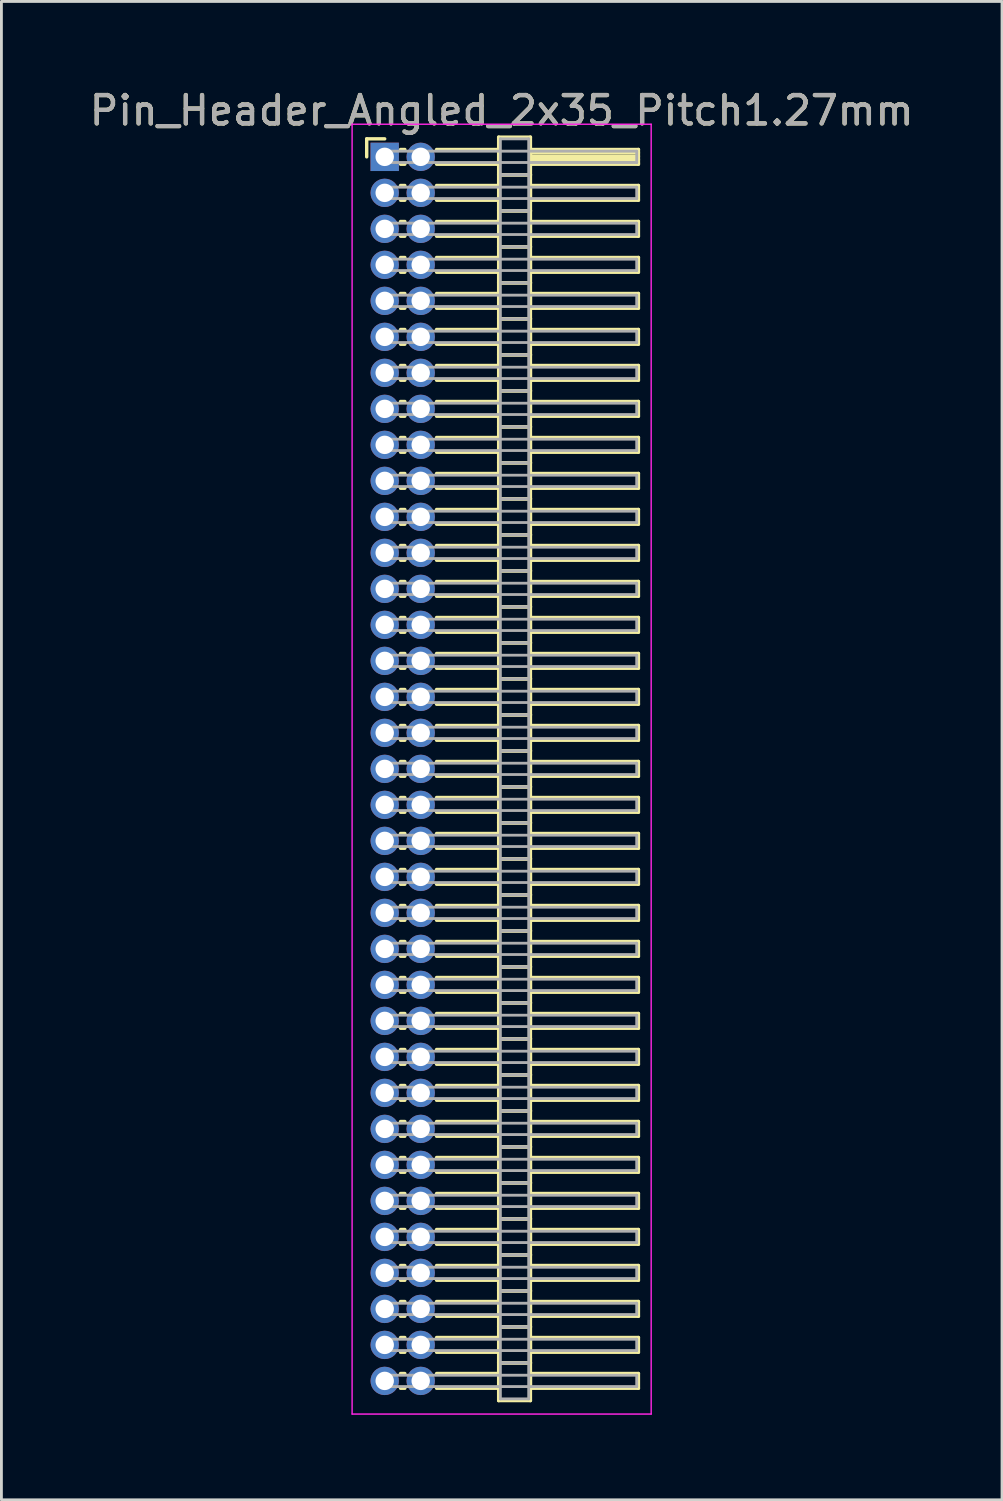
<source format=kicad_pcb>
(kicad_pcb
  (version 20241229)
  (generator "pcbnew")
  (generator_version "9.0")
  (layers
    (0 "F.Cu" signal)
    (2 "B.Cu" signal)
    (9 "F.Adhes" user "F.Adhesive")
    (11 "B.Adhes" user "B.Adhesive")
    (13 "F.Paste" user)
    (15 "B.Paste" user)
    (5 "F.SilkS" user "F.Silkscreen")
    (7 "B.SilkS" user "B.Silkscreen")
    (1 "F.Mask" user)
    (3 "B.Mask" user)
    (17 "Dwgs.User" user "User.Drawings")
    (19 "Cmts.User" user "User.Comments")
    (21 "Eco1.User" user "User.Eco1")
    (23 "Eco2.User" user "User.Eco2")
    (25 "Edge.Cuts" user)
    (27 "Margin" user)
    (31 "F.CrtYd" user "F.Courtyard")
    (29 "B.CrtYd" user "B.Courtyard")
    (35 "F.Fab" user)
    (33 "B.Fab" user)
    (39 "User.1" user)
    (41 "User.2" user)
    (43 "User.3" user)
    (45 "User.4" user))
  (footprint "Pin_Header_Angled_2x35_Pitch1.27mm"
    (layer "F.Cu")
    (at 10.521 2.483)
    (property "Reference" "Pin_Header_Angled_2x35_Pitch1.27mm" (at 4.128 -1.635 0) (layer "F.SilkS") (effects (font (size 1 1) (thickness 0.15))))
    (attr through_hole)
    (fp_line (start -0.635 -0.635) (end 0 -0.635) (stroke (width 0.12) (type solid)) (layer "F.SilkS"))
    (fp_line (start -0.635 0) (end -0.635 -0.635) (stroke (width 0.12) (type solid)) (layer "F.SilkS"))
    (fp_line (start 0.56 -0.26) (end 0.71 -0.26) (stroke (width 0.12) (type solid)) (layer "F.SilkS"))
    (fp_line (start 0.56 0.26) (end 0.71 0.26) (stroke (width 0.12) (type solid)) (layer "F.SilkS"))
    (fp_line (start 0.56 1.01) (end 0.71 1.01) (stroke (width 0.12) (type solid)) (layer "F.SilkS"))
    (fp_line (start 0.56 1.53) (end 0.71 1.53) (stroke (width 0.12) (type solid)) (layer "F.SilkS"))
    (fp_line (start 0.56 2.28) (end 0.71 2.28) (stroke (width 0.12) (type solid)) (layer "F.SilkS"))
    (fp_line (start 0.56 2.8) (end 0.71 2.8) (stroke (width 0.12) (type solid)) (layer "F.SilkS"))
    (fp_line (start 0.56 3.55) (end 0.71 3.55) (stroke (width 0.12) (type solid)) (layer "F.SilkS"))
    (fp_line (start 0.56 4.07) (end 0.71 4.07) (stroke (width 0.12) (type solid)) (layer "F.SilkS"))
    (fp_line (start 0.56 4.82) (end 0.71 4.82) (stroke (width 0.12) (type solid)) (layer "F.SilkS"))
    (fp_line (start 0.56 5.34) (end 0.71 5.34) (stroke (width 0.12) (type solid)) (layer "F.SilkS"))
    (fp_line (start 0.56 6.09) (end 0.71 6.09) (stroke (width 0.12) (type solid)) (layer "F.SilkS"))
    (fp_line (start 0.56 6.61) (end 0.71 6.61) (stroke (width 0.12) (type solid)) (layer "F.SilkS"))
    (fp_line (start 0.56 7.36) (end 0.71 7.36) (stroke (width 0.12) (type solid)) (layer "F.SilkS"))
    (fp_line (start 0.56 7.88) (end 0.71 7.88) (stroke (width 0.12) (type solid)) (layer "F.SilkS"))
    (fp_line (start 0.56 8.63) (end 0.71 8.63) (stroke (width 0.12) (type solid)) (layer "F.SilkS"))
    (fp_line (start 0.56 9.15) (end 0.71 9.15) (stroke (width 0.12) (type solid)) (layer "F.SilkS"))
    (fp_line (start 0.56 9.9) (end 0.71 9.9) (stroke (width 0.12) (type solid)) (layer "F.SilkS"))
    (fp_line (start 0.56 10.42) (end 0.71 10.42) (stroke (width 0.12) (type solid)) (layer "F.SilkS"))
    (fp_line (start 0.56 11.17) (end 0.71 11.17) (stroke (width 0.12) (type solid)) (layer "F.SilkS"))
    (fp_line (start 0.56 11.69) (end 0.71 11.69) (stroke (width 0.12) (type solid)) (layer "F.SilkS"))
    (fp_line (start 0.56 12.44) (end 0.71 12.44) (stroke (width 0.12) (type solid)) (layer "F.SilkS"))
    (fp_line (start 0.56 12.96) (end 0.71 12.96) (stroke (width 0.12) (type solid)) (layer "F.SilkS"))
    (fp_line (start 0.56 13.71) (end 0.71 13.71) (stroke (width 0.12) (type solid)) (layer "F.SilkS"))
    (fp_line (start 0.56 14.23) (end 0.71 14.23) (stroke (width 0.12) (type solid)) (layer "F.SilkS"))
    (fp_line (start 0.56 14.98) (end 0.71 14.98) (stroke (width 0.12) (type solid)) (layer "F.SilkS"))
    (fp_line (start 0.56 15.5) (end 0.71 15.5) (stroke (width 0.12) (type solid)) (layer "F.SilkS"))
    (fp_line (start 0.56 16.25) (end 0.71 16.25) (stroke (width 0.12) (type solid)) (layer "F.SilkS"))
    (fp_line (start 0.56 16.77) (end 0.71 16.77) (stroke (width 0.12) (type solid)) (layer "F.SilkS"))
    (fp_line (start 0.56 17.52) (end 0.71 17.52) (stroke (width 0.12) (type solid)) (layer "F.SilkS"))
    (fp_line (start 0.56 18.04) (end 0.71 18.04) (stroke (width 0.12) (type solid)) (layer "F.SilkS"))
    (fp_line (start 0.56 18.79) (end 0.71 18.79) (stroke (width 0.12) (type solid)) (layer "F.SilkS"))
    (fp_line (start 0.56 19.31) (end 0.71 19.31) (stroke (width 0.12) (type solid)) (layer "F.SilkS"))
    (fp_line (start 0.56 20.06) (end 0.71 20.06) (stroke (width 0.12) (type solid)) (layer "F.SilkS"))
    (fp_line (start 0.56 20.58) (end 0.71 20.58) (stroke (width 0.12) (type solid)) (layer "F.SilkS"))
    (fp_line (start 0.56 21.33) (end 0.71 21.33) (stroke (width 0.12) (type solid)) (layer "F.SilkS"))
    (fp_line (start 0.56 21.85) (end 0.71 21.85) (stroke (width 0.12) (type solid)) (layer "F.SilkS"))
    (fp_line (start 0.56 22.6) (end 0.71 22.6) (stroke (width 0.12) (type solid)) (layer "F.SilkS"))
    (fp_line (start 0.56 23.12) (end 0.71 23.12) (stroke (width 0.12) (type solid)) (layer "F.SilkS"))
    (fp_line (start 0.56 23.87) (end 0.71 23.87) (stroke (width 0.12) (type solid)) (layer "F.SilkS"))
    (fp_line (start 0.56 24.39) (end 0.71 24.39) (stroke (width 0.12) (type solid)) (layer "F.SilkS"))
    (fp_line (start 0.56 25.14) (end 0.71 25.14) (stroke (width 0.12) (type solid)) (layer "F.SilkS"))
    (fp_line (start 0.56 25.66) (end 0.71 25.66) (stroke (width 0.12) (type solid)) (layer "F.SilkS"))
    (fp_line (start 0.56 26.41) (end 0.71 26.41) (stroke (width 0.12) (type solid)) (layer "F.SilkS"))
    (fp_line (start 0.56 26.93) (end 0.71 26.93) (stroke (width 0.12) (type solid)) (layer "F.SilkS"))
    (fp_line (start 0.56 27.68) (end 0.71 27.68) (stroke (width 0.12) (type solid)) (layer "F.SilkS"))
    (fp_line (start 0.56 28.2) (end 0.71 28.2) (stroke (width 0.12) (type solid)) (layer "F.SilkS"))
    (fp_line (start 0.56 28.95) (end 0.71 28.95) (stroke (width 0.12) (type solid)) (layer "F.SilkS"))
    (fp_line (start 0.56 29.47) (end 0.71 29.47) (stroke (width 0.12) (type solid)) (layer "F.SilkS"))
    (fp_line (start 0.56 30.22) (end 0.71 30.22) (stroke (width 0.12) (type solid)) (layer "F.SilkS"))
    (fp_line (start 0.56 30.74) (end 0.71 30.74) (stroke (width 0.12) (type solid)) (layer "F.SilkS"))
    (fp_line (start 0.56 31.49) (end 0.71 31.49) (stroke (width 0.12) (type solid)) (layer "F.SilkS"))
    (fp_line (start 0.56 32.01) (end 0.71 32.01) (stroke (width 0.12) (type solid)) (layer "F.SilkS"))
    (fp_line (start 0.56 32.76) (end 0.71 32.76) (stroke (width 0.12) (type solid)) (layer "F.SilkS"))
    (fp_line (start 0.56 33.28) (end 0.71 33.28) (stroke (width 0.12) (type solid)) (layer "F.SilkS"))
    (fp_line (start 0.56 34.03) (end 0.71 34.03) (stroke (width 0.12) (type solid)) (layer "F.SilkS"))
    (fp_line (start 0.56 34.55) (end 0.71 34.55) (stroke (width 0.12) (type solid)) (layer "F.SilkS"))
    (fp_line (start 0.56 35.3) (end 0.71 35.3) (stroke (width 0.12) (type solid)) (layer "F.SilkS"))
    (fp_line (start 0.56 35.82) (end 0.71 35.82) (stroke (width 0.12) (type solid)) (layer "F.SilkS"))
    (fp_line (start 0.56 36.57) (end 0.71 36.57) (stroke (width 0.12) (type solid)) (layer "F.SilkS"))
    (fp_line (start 0.56 37.09) (end 0.71 37.09) (stroke (width 0.12) (type solid)) (layer "F.SilkS"))
    (fp_line (start 0.56 37.84) (end 0.71 37.84) (stroke (width 0.12) (type solid)) (layer "F.SilkS"))
    (fp_line (start 0.56 38.36) (end 0.71 38.36) (stroke (width 0.12) (type solid)) (layer "F.SilkS"))
    (fp_line (start 0.56 39.11) (end 0.71 39.11) (stroke (width 0.12) (type solid)) (layer "F.SilkS"))
    (fp_line (start 0.56 39.63) (end 0.71 39.63) (stroke (width 0.12) (type solid)) (layer "F.SilkS"))
    (fp_line (start 0.56 40.38) (end 0.71 40.38) (stroke (width 0.12) (type solid)) (layer "F.SilkS"))
    (fp_line (start 0.56 40.9) (end 0.71 40.9) (stroke (width 0.12) (type solid)) (layer "F.SilkS"))
    (fp_line (start 0.56 41.65) (end 0.71 41.65) (stroke (width 0.12) (type solid)) (layer "F.SilkS"))
    (fp_line (start 0.56 42.17) (end 0.71 42.17) (stroke (width 0.12) (type solid)) (layer "F.SilkS"))
    (fp_line (start 0.56 42.92) (end 0.71 42.92) (stroke (width 0.12) (type solid)) (layer "F.SilkS"))
    (fp_line (start 0.56 43.44) (end 0.71 43.44) (stroke (width 0.12) (type solid)) (layer "F.SilkS"))
    (fp_line (start 1.83 -0.26) (end 4.02 -0.26) (stroke (width 0.12) (type solid)) (layer "F.SilkS"))
    (fp_line (start 1.83 0.26) (end 4.02 0.26) (stroke (width 0.12) (type solid)) (layer "F.SilkS"))
    (fp_line (start 1.83 1.01) (end 4.02 1.01) (stroke (width 0.12) (type solid)) (layer "F.SilkS"))
    (fp_line (start 1.83 1.53) (end 4.02 1.53) (stroke (width 0.12) (type solid)) (layer "F.SilkS"))
    (fp_line (start 1.83 2.28) (end 4.02 2.28) (stroke (width 0.12) (type solid)) (layer "F.SilkS"))
    (fp_line (start 1.83 2.8) (end 4.02 2.8) (stroke (width 0.12) (type solid)) (layer "F.SilkS"))
    (fp_line (start 1.83 3.55) (end 4.02 3.55) (stroke (width 0.12) (type solid)) (layer "F.SilkS"))
    (fp_line (start 1.83 4.07) (end 4.02 4.07) (stroke (width 0.12) (type solid)) (layer "F.SilkS"))
    (fp_line (start 1.83 4.82) (end 4.02 4.82) (stroke (width 0.12) (type solid)) (layer "F.SilkS"))
    (fp_line (start 1.83 5.34) (end 4.02 5.34) (stroke (width 0.12) (type solid)) (layer "F.SilkS"))
    (fp_line (start 1.83 6.09) (end 4.02 6.09) (stroke (width 0.12) (type solid)) (layer "F.SilkS"))
    (fp_line (start 1.83 6.61) (end 4.02 6.61) (stroke (width 0.12) (type solid)) (layer "F.SilkS"))
    (fp_line (start 1.83 7.36) (end 4.02 7.36) (stroke (width 0.12) (type solid)) (layer "F.SilkS"))
    (fp_line (start 1.83 7.88) (end 4.02 7.88) (stroke (width 0.12) (type solid)) (layer "F.SilkS"))
    (fp_line (start 1.83 8.63) (end 4.02 8.63) (stroke (width 0.12) (type solid)) (layer "F.SilkS"))
    (fp_line (start 1.83 9.15) (end 4.02 9.15) (stroke (width 0.12) (type solid)) (layer "F.SilkS"))
    (fp_line (start 1.83 9.9) (end 4.02 9.9) (stroke (width 0.12) (type solid)) (layer "F.SilkS"))
    (fp_line (start 1.83 10.42) (end 4.02 10.42) (stroke (width 0.12) (type solid)) (layer "F.SilkS"))
    (fp_line (start 1.83 11.17) (end 4.02 11.17) (stroke (width 0.12) (type solid)) (layer "F.SilkS"))
    (fp_line (start 1.83 11.69) (end 4.02 11.69) (stroke (width 0.12) (type solid)) (layer "F.SilkS"))
    (fp_line (start 1.83 12.44) (end 4.02 12.44) (stroke (width 0.12) (type solid)) (layer "F.SilkS"))
    (fp_line (start 1.83 12.96) (end 4.02 12.96) (stroke (width 0.12) (type solid)) (layer "F.SilkS"))
    (fp_line (start 1.83 13.71) (end 4.02 13.71) (stroke (width 0.12) (type solid)) (layer "F.SilkS"))
    (fp_line (start 1.83 14.23) (end 4.02 14.23) (stroke (width 0.12) (type solid)) (layer "F.SilkS"))
    (fp_line (start 1.83 14.98) (end 4.02 14.98) (stroke (width 0.12) (type solid)) (layer "F.SilkS"))
    (fp_line (start 1.83 15.5) (end 4.02 15.5) (stroke (width 0.12) (type solid)) (layer "F.SilkS"))
    (fp_line (start 1.83 16.25) (end 4.02 16.25) (stroke (width 0.12) (type solid)) (layer "F.SilkS"))
    (fp_line (start 1.83 16.77) (end 4.02 16.77) (stroke (width 0.12) (type solid)) (layer "F.SilkS"))
    (fp_line (start 1.83 17.52) (end 4.02 17.52) (stroke (width 0.12) (type solid)) (layer "F.SilkS"))
    (fp_line (start 1.83 18.04) (end 4.02 18.04) (stroke (width 0.12) (type solid)) (layer "F.SilkS"))
    (fp_line (start 1.83 18.79) (end 4.02 18.79) (stroke (width 0.12) (type solid)) (layer "F.SilkS"))
    (fp_line (start 1.83 19.31) (end 4.02 19.31) (stroke (width 0.12) (type solid)) (layer "F.SilkS"))
    (fp_line (start 1.83 20.06) (end 4.02 20.06) (stroke (width 0.12) (type solid)) (layer "F.SilkS"))
    (fp_line (start 1.83 20.58) (end 4.02 20.58) (stroke (width 0.12) (type solid)) (layer "F.SilkS"))
    (fp_line (start 1.83 21.33) (end 4.02 21.33) (stroke (width 0.12) (type solid)) (layer "F.SilkS"))
    (fp_line (start 1.83 21.85) (end 4.02 21.85) (stroke (width 0.12) (type solid)) (layer "F.SilkS"))
    (fp_line (start 1.83 22.6) (end 4.02 22.6) (stroke (width 0.12) (type solid)) (layer "F.SilkS"))
    (fp_line (start 1.83 23.12) (end 4.02 23.12) (stroke (width 0.12) (type solid)) (layer "F.SilkS"))
    (fp_line (start 1.83 23.87) (end 4.02 23.87) (stroke (width 0.12) (type solid)) (layer "F.SilkS"))
    (fp_line (start 1.83 24.39) (end 4.02 24.39) (stroke (width 0.12) (type solid)) (layer "F.SilkS"))
    (fp_line (start 1.83 25.14) (end 4.02 25.14) (stroke (width 0.12) (type solid)) (layer "F.SilkS"))
    (fp_line (start 1.83 25.66) (end 4.02 25.66) (stroke (width 0.12) (type solid)) (layer "F.SilkS"))
    (fp_line (start 1.83 26.41) (end 4.02 26.41) (stroke (width 0.12) (type solid)) (layer "F.SilkS"))
    (fp_line (start 1.83 26.93) (end 4.02 26.93) (stroke (width 0.12) (type solid)) (layer "F.SilkS"))
    (fp_line (start 1.83 27.68) (end 4.02 27.68) (stroke (width 0.12) (type solid)) (layer "F.SilkS"))
    (fp_line (start 1.83 28.2) (end 4.02 28.2) (stroke (width 0.12) (type solid)) (layer "F.SilkS"))
    (fp_line (start 1.83 28.95) (end 4.02 28.95) (stroke (width 0.12) (type solid)) (layer "F.SilkS"))
    (fp_line (start 1.83 29.47) (end 4.02 29.47) (stroke (width 0.12) (type solid)) (layer "F.SilkS"))
    (fp_line (start 1.83 30.22) (end 4.02 30.22) (stroke (width 0.12) (type solid)) (layer "F.SilkS"))
    (fp_line (start 1.83 30.74) (end 4.02 30.74) (stroke (width 0.12) (type solid)) (layer "F.SilkS"))
    (fp_line (start 1.83 31.49) (end 4.02 31.49) (stroke (width 0.12) (type solid)) (layer "F.SilkS"))
    (fp_line (start 1.83 32.01) (end 4.02 32.01) (stroke (width 0.12) (type solid)) (layer "F.SilkS"))
    (fp_line (start 1.83 32.76) (end 4.02 32.76) (stroke (width 0.12) (type solid)) (layer "F.SilkS"))
    (fp_line (start 1.83 33.28) (end 4.02 33.28) (stroke (width 0.12) (type solid)) (layer "F.SilkS"))
    (fp_line (start 1.83 34.03) (end 4.02 34.03) (stroke (width 0.12) (type solid)) (layer "F.SilkS"))
    (fp_line (start 1.83 34.55) (end 4.02 34.55) (stroke (width 0.12) (type solid)) (layer "F.SilkS"))
    (fp_line (start 1.83 35.3) (end 4.02 35.3) (stroke (width 0.12) (type solid)) (layer "F.SilkS"))
    (fp_line (start 1.83 35.82) (end 4.02 35.82) (stroke (width 0.12) (type solid)) (layer "F.SilkS"))
    (fp_line (start 1.83 36.57) (end 4.02 36.57) (stroke (width 0.12) (type solid)) (layer "F.SilkS"))
    (fp_line (start 1.83 37.09) (end 4.02 37.09) (stroke (width 0.12) (type solid)) (layer "F.SilkS"))
    (fp_line (start 1.83 37.84) (end 4.02 37.84) (stroke (width 0.12) (type solid)) (layer "F.SilkS"))
    (fp_line (start 1.83 38.36) (end 4.02 38.36) (stroke (width 0.12) (type solid)) (layer "F.SilkS"))
    (fp_line (start 1.83 39.11) (end 4.02 39.11) (stroke (width 0.12) (type solid)) (layer "F.SilkS"))
    (fp_line (start 1.83 39.63) (end 4.02 39.63) (stroke (width 0.12) (type solid)) (layer "F.SilkS"))
    (fp_line (start 1.83 40.38) (end 4.02 40.38) (stroke (width 0.12) (type solid)) (layer "F.SilkS"))
    (fp_line (start 1.83 40.9) (end 4.02 40.9) (stroke (width 0.12) (type solid)) (layer "F.SilkS"))
    (fp_line (start 1.83 41.65) (end 4.02 41.65) (stroke (width 0.12) (type solid)) (layer "F.SilkS"))
    (fp_line (start 1.83 42.17) (end 4.02 42.17) (stroke (width 0.12) (type solid)) (layer "F.SilkS"))
    (fp_line (start 1.83 42.92) (end 4.02 42.92) (stroke (width 0.12) (type solid)) (layer "F.SilkS"))
    (fp_line (start 1.83 43.44) (end 4.02 43.44) (stroke (width 0.12) (type solid)) (layer "F.SilkS"))
    (fp_line (start 4.02 -0.695) (end 4.02 0.635) (stroke (width 0.12) (type solid)) (layer "F.SilkS"))
    (fp_line (start 4.02 0.635) (end 4.02 1.905) (stroke (width 0.12) (type solid)) (layer "F.SilkS"))
    (fp_line (start 4.02 0.635) (end 5.14 0.635) (stroke (width 0.12) (type solid)) (layer "F.SilkS"))
    (fp_line (start 4.02 1.905) (end 4.02 3.175) (stroke (width 0.12) (type solid)) (layer "F.SilkS"))
    (fp_line (start 4.02 1.905) (end 5.14 1.905) (stroke (width 0.12) (type solid)) (layer "F.SilkS"))
    (fp_line (start 4.02 3.175) (end 4.02 4.445) (stroke (width 0.12) (type solid)) (layer "F.SilkS"))
    (fp_line (start 4.02 3.175) (end 5.14 3.175) (stroke (width 0.12) (type solid)) (layer "F.SilkS"))
    (fp_line (start 4.02 4.445) (end 4.02 5.715) (stroke (width 0.12) (type solid)) (layer "F.SilkS"))
    (fp_line (start 4.02 4.445) (end 5.14 4.445) (stroke (width 0.12) (type solid)) (layer "F.SilkS"))
    (fp_line (start 4.02 5.715) (end 4.02 6.985) (stroke (width 0.12) (type solid)) (layer "F.SilkS"))
    (fp_line (start 4.02 5.715) (end 5.14 5.715) (stroke (width 0.12) (type solid)) (layer "F.SilkS"))
    (fp_line (start 4.02 6.985) (end 4.02 8.255) (stroke (width 0.12) (type solid)) (layer "F.SilkS"))
    (fp_line (start 4.02 6.985) (end 5.14 6.985) (stroke (width 0.12) (type solid)) (layer "F.SilkS"))
    (fp_line (start 4.02 8.255) (end 4.02 9.525) (stroke (width 0.12) (type solid)) (layer "F.SilkS"))
    (fp_line (start 4.02 8.255) (end 5.14 8.255) (stroke (width 0.12) (type solid)) (layer "F.SilkS"))
    (fp_line (start 4.02 9.525) (end 4.02 10.795) (stroke (width 0.12) (type solid)) (layer "F.SilkS"))
    (fp_line (start 4.02 9.525) (end 5.14 9.525) (stroke (width 0.12) (type solid)) (layer "F.SilkS"))
    (fp_line (start 4.02 10.795) (end 4.02 12.065) (stroke (width 0.12) (type solid)) (layer "F.SilkS"))
    (fp_line (start 4.02 10.795) (end 5.14 10.795) (stroke (width 0.12) (type solid)) (layer "F.SilkS"))
    (fp_line (start 4.02 12.065) (end 4.02 13.335) (stroke (width 0.12) (type solid)) (layer "F.SilkS"))
    (fp_line (start 4.02 12.065) (end 5.14 12.065) (stroke (width 0.12) (type solid)) (layer "F.SilkS"))
    (fp_line (start 4.02 13.335) (end 4.02 14.605) (stroke (width 0.12) (type solid)) (layer "F.SilkS"))
    (fp_line (start 4.02 13.335) (end 5.14 13.335) (stroke (width 0.12) (type solid)) (layer "F.SilkS"))
    (fp_line (start 4.02 14.605) (end 4.02 15.875) (stroke (width 0.12) (type solid)) (layer "F.SilkS"))
    (fp_line (start 4.02 14.605) (end 5.14 14.605) (stroke (width 0.12) (type solid)) (layer "F.SilkS"))
    (fp_line (start 4.02 15.875) (end 4.02 17.145) (stroke (width 0.12) (type solid)) (layer "F.SilkS"))
    (fp_line (start 4.02 15.875) (end 5.14 15.875) (stroke (width 0.12) (type solid)) (layer "F.SilkS"))
    (fp_line (start 4.02 17.145) (end 4.02 18.415) (stroke (width 0.12) (type solid)) (layer "F.SilkS"))
    (fp_line (start 4.02 17.145) (end 5.14 17.145) (stroke (width 0.12) (type solid)) (layer "F.SilkS"))
    (fp_line (start 4.02 18.415) (end 4.02 19.685) (stroke (width 0.12) (type solid)) (layer "F.SilkS"))
    (fp_line (start 4.02 18.415) (end 5.14 18.415) (stroke (width 0.12) (type solid)) (layer "F.SilkS"))
    (fp_line (start 4.02 19.685) (end 4.02 20.955) (stroke (width 0.12) (type solid)) (layer "F.SilkS"))
    (fp_line (start 4.02 19.685) (end 5.14 19.685) (stroke (width 0.12) (type solid)) (layer "F.SilkS"))
    (fp_line (start 4.02 20.955) (end 4.02 22.225) (stroke (width 0.12) (type solid)) (layer "F.SilkS"))
    (fp_line (start 4.02 20.955) (end 5.14 20.955) (stroke (width 0.12) (type solid)) (layer "F.SilkS"))
    (fp_line (start 4.02 22.225) (end 4.02 23.495) (stroke (width 0.12) (type solid)) (layer "F.SilkS"))
    (fp_line (start 4.02 22.225) (end 5.14 22.225) (stroke (width 0.12) (type solid)) (layer "F.SilkS"))
    (fp_line (start 4.02 23.495) (end 4.02 24.765) (stroke (width 0.12) (type solid)) (layer "F.SilkS"))
    (fp_line (start 4.02 23.495) (end 5.14 23.495) (stroke (width 0.12) (type solid)) (layer "F.SilkS"))
    (fp_line (start 4.02 24.765) (end 4.02 26.035) (stroke (width 0.12) (type solid)) (layer "F.SilkS"))
    (fp_line (start 4.02 24.765) (end 5.14 24.765) (stroke (width 0.12) (type solid)) (layer "F.SilkS"))
    (fp_line (start 4.02 26.035) (end 4.02 27.305) (stroke (width 0.12) (type solid)) (layer "F.SilkS"))
    (fp_line (start 4.02 26.035) (end 5.14 26.035) (stroke (width 0.12) (type solid)) (layer "F.SilkS"))
    (fp_line (start 4.02 27.305) (end 4.02 28.575) (stroke (width 0.12) (type solid)) (layer "F.SilkS"))
    (fp_line (start 4.02 27.305) (end 5.14 27.305) (stroke (width 0.12) (type solid)) (layer "F.SilkS"))
    (fp_line (start 4.02 28.575) (end 4.02 29.845) (stroke (width 0.12) (type solid)) (layer "F.SilkS"))
    (fp_line (start 4.02 28.575) (end 5.14 28.575) (stroke (width 0.12) (type solid)) (layer "F.SilkS"))
    (fp_line (start 4.02 29.845) (end 4.02 31.115) (stroke (width 0.12) (type solid)) (layer "F.SilkS"))
    (fp_line (start 4.02 29.845) (end 5.14 29.845) (stroke (width 0.12) (type solid)) (layer "F.SilkS"))
    (fp_line (start 4.02 31.115) (end 4.02 32.385) (stroke (width 0.12) (type solid)) (layer "F.SilkS"))
    (fp_line (start 4.02 31.115) (end 5.14 31.115) (stroke (width 0.12) (type solid)) (layer "F.SilkS"))
    (fp_line (start 4.02 32.385) (end 4.02 33.655) (stroke (width 0.12) (type solid)) (layer "F.SilkS"))
    (fp_line (start 4.02 32.385) (end 5.14 32.385) (stroke (width 0.12) (type solid)) (layer "F.SilkS"))
    (fp_line (start 4.02 33.655) (end 4.02 34.925) (stroke (width 0.12) (type solid)) (layer "F.SilkS"))
    (fp_line (start 4.02 33.655) (end 5.14 33.655) (stroke (width 0.12) (type solid)) (layer "F.SilkS"))
    (fp_line (start 4.02 34.925) (end 4.02 36.195) (stroke (width 0.12) (type solid)) (layer "F.SilkS"))
    (fp_line (start 4.02 34.925) (end 5.14 34.925) (stroke (width 0.12) (type solid)) (layer "F.SilkS"))
    (fp_line (start 4.02 36.195) (end 4.02 37.465) (stroke (width 0.12) (type solid)) (layer "F.SilkS"))
    (fp_line (start 4.02 36.195) (end 5.14 36.195) (stroke (width 0.12) (type solid)) (layer "F.SilkS"))
    (fp_line (start 4.02 37.465) (end 4.02 38.735) (stroke (width 0.12) (type solid)) (layer "F.SilkS"))
    (fp_line (start 4.02 37.465) (end 5.14 37.465) (stroke (width 0.12) (type solid)) (layer "F.SilkS"))
    (fp_line (start 4.02 38.735) (end 4.02 40.005) (stroke (width 0.12) (type solid)) (layer "F.SilkS"))
    (fp_line (start 4.02 38.735) (end 5.14 38.735) (stroke (width 0.12) (type solid)) (layer "F.SilkS"))
    (fp_line (start 4.02 40.005) (end 4.02 41.275) (stroke (width 0.12) (type solid)) (layer "F.SilkS"))
    (fp_line (start 4.02 40.005) (end 5.14 40.005) (stroke (width 0.12) (type solid)) (layer "F.SilkS"))
    (fp_line (start 4.02 41.275) (end 4.02 42.545) (stroke (width 0.12) (type solid)) (layer "F.SilkS"))
    (fp_line (start 4.02 41.275) (end 5.14 41.275) (stroke (width 0.12) (type solid)) (layer "F.SilkS"))
    (fp_line (start 4.02 42.545) (end 4.02 43.875) (stroke (width 0.12) (type solid)) (layer "F.SilkS"))
    (fp_line (start 4.02 42.545) (end 5.14 42.545) (stroke (width 0.12) (type solid)) (layer "F.SilkS"))
    (fp_line (start 4.02 43.875) (end 5.14 43.875) (stroke (width 0.12) (type solid)) (layer "F.SilkS"))
    (fp_line (start 5.14 -0.695) (end 4.02 -0.695) (stroke (width 0.12) (type solid)) (layer "F.SilkS"))
    (fp_line (start 5.14 -0.26) (end 5.14 0.26) (stroke (width 0.12) (type solid)) (layer "F.SilkS"))
    (fp_line (start 5.14 -0.14) (end 8.95 -0.14) (stroke (width 0.12) (type solid)) (layer "F.SilkS"))
    (fp_line (start 5.14 -0.02) (end 8.95 -0.02) (stroke (width 0.12) (type solid)) (layer "F.SilkS"))
    (fp_line (start 5.14 0.1) (end 8.95 0.1) (stroke (width 0.12) (type solid)) (layer "F.SilkS"))
    (fp_line (start 5.14 0.22) (end 8.95 0.22) (stroke (width 0.12) (type solid)) (layer "F.SilkS"))
    (fp_line (start 5.14 0.26) (end 8.95 0.26) (stroke (width 0.12) (type solid)) (layer "F.SilkS"))
    (fp_line (start 5.14 0.635) (end 4.02 0.635) (stroke (width 0.12) (type solid)) (layer "F.SilkS"))
    (fp_line (start 5.14 0.635) (end 5.14 -0.695) (stroke (width 0.12) (type solid)) (layer "F.SilkS"))
    (fp_line (start 5.14 1.01) (end 5.14 1.53) (stroke (width 0.12) (type solid)) (layer "F.SilkS"))
    (fp_line (start 5.14 1.53) (end 8.95 1.53) (stroke (width 0.12) (type solid)) (layer "F.SilkS"))
    (fp_line (start 5.14 1.905) (end 4.02 1.905) (stroke (width 0.12) (type solid)) (layer "F.SilkS"))
    (fp_line (start 5.14 1.905) (end 5.14 0.635) (stroke (width 0.12) (type solid)) (layer "F.SilkS"))
    (fp_line (start 5.14 2.28) (end 5.14 2.8) (stroke (width 0.12) (type solid)) (layer "F.SilkS"))
    (fp_line (start 5.14 2.8) (end 8.95 2.8) (stroke (width 0.12) (type solid)) (layer "F.SilkS"))
    (fp_line (start 5.14 3.175) (end 4.02 3.175) (stroke (width 0.12) (type solid)) (layer "F.SilkS"))
    (fp_line (start 5.14 3.175) (end 5.14 1.905) (stroke (width 0.12) (type solid)) (layer "F.SilkS"))
    (fp_line (start 5.14 3.55) (end 5.14 4.07) (stroke (width 0.12) (type solid)) (layer "F.SilkS"))
    (fp_line (start 5.14 4.07) (end 8.95 4.07) (stroke (width 0.12) (type solid)) (layer "F.SilkS"))
    (fp_line (start 5.14 4.445) (end 4.02 4.445) (stroke (width 0.12) (type solid)) (layer "F.SilkS"))
    (fp_line (start 5.14 4.445) (end 5.14 3.175) (stroke (width 0.12) (type solid)) (layer "F.SilkS"))
    (fp_line (start 5.14 4.82) (end 5.14 5.34) (stroke (width 0.12) (type solid)) (layer "F.SilkS"))
    (fp_line (start 5.14 5.34) (end 8.95 5.34) (stroke (width 0.12) (type solid)) (layer "F.SilkS"))
    (fp_line (start 5.14 5.715) (end 4.02 5.715) (stroke (width 0.12) (type solid)) (layer "F.SilkS"))
    (fp_line (start 5.14 5.715) (end 5.14 4.445) (stroke (width 0.12) (type solid)) (layer "F.SilkS"))
    (fp_line (start 5.14 6.09) (end 5.14 6.61) (stroke (width 0.12) (type solid)) (layer "F.SilkS"))
    (fp_line (start 5.14 6.61) (end 8.95 6.61) (stroke (width 0.12) (type solid)) (layer "F.SilkS"))
    (fp_line (start 5.14 6.985) (end 4.02 6.985) (stroke (width 0.12) (type solid)) (layer "F.SilkS"))
    (fp_line (start 5.14 6.985) (end 5.14 5.715) (stroke (width 0.12) (type solid)) (layer "F.SilkS"))
    (fp_line (start 5.14 7.36) (end 5.14 7.88) (stroke (width 0.12) (type solid)) (layer "F.SilkS"))
    (fp_line (start 5.14 7.88) (end 8.95 7.88) (stroke (width 0.12) (type solid)) (layer "F.SilkS"))
    (fp_line (start 5.14 8.255) (end 4.02 8.255) (stroke (width 0.12) (type solid)) (layer "F.SilkS"))
    (fp_line (start 5.14 8.255) (end 5.14 6.985) (stroke (width 0.12) (type solid)) (layer "F.SilkS"))
    (fp_line (start 5.14 8.63) (end 5.14 9.15) (stroke (width 0.12) (type solid)) (layer "F.SilkS"))
    (fp_line (start 5.14 9.15) (end 8.95 9.15) (stroke (width 0.12) (type solid)) (layer "F.SilkS"))
    (fp_line (start 5.14 9.525) (end 4.02 9.525) (stroke (width 0.12) (type solid)) (layer "F.SilkS"))
    (fp_line (start 5.14 9.525) (end 5.14 8.255) (stroke (width 0.12) (type solid)) (layer "F.SilkS"))
    (fp_line (start 5.14 9.9) (end 5.14 10.42) (stroke (width 0.12) (type solid)) (layer "F.SilkS"))
    (fp_line (start 5.14 10.42) (end 8.95 10.42) (stroke (width 0.12) (type solid)) (layer "F.SilkS"))
    (fp_line (start 5.14 10.795) (end 4.02 10.795) (stroke (width 0.12) (type solid)) (layer "F.SilkS"))
    (fp_line (start 5.14 10.795) (end 5.14 9.525) (stroke (width 0.12) (type solid)) (layer "F.SilkS"))
    (fp_line (start 5.14 11.17) (end 5.14 11.69) (stroke (width 0.12) (type solid)) (layer "F.SilkS"))
    (fp_line (start 5.14 11.69) (end 8.95 11.69) (stroke (width 0.12) (type solid)) (layer "F.SilkS"))
    (fp_line (start 5.14 12.065) (end 4.02 12.065) (stroke (width 0.12) (type solid)) (layer "F.SilkS"))
    (fp_line (start 5.14 12.065) (end 5.14 10.795) (stroke (width 0.12) (type solid)) (layer "F.SilkS"))
    (fp_line (start 5.14 12.44) (end 5.14 12.96) (stroke (width 0.12) (type solid)) (layer "F.SilkS"))
    (fp_line (start 5.14 12.96) (end 8.95 12.96) (stroke (width 0.12) (type solid)) (layer "F.SilkS"))
    (fp_line (start 5.14 13.335) (end 4.02 13.335) (stroke (width 0.12) (type solid)) (layer "F.SilkS"))
    (fp_line (start 5.14 13.335) (end 5.14 12.065) (stroke (width 0.12) (type solid)) (layer "F.SilkS"))
    (fp_line (start 5.14 13.71) (end 5.14 14.23) (stroke (width 0.12) (type solid)) (layer "F.SilkS"))
    (fp_line (start 5.14 14.23) (end 8.95 14.23) (stroke (width 0.12) (type solid)) (layer "F.SilkS"))
    (fp_line (start 5.14 14.605) (end 4.02 14.605) (stroke (width 0.12) (type solid)) (layer "F.SilkS"))
    (fp_line (start 5.14 14.605) (end 5.14 13.335) (stroke (width 0.12) (type solid)) (layer "F.SilkS"))
    (fp_line (start 5.14 14.98) (end 5.14 15.5) (stroke (width 0.12) (type solid)) (layer "F.SilkS"))
    (fp_line (start 5.14 15.5) (end 8.95 15.5) (stroke (width 0.12) (type solid)) (layer "F.SilkS"))
    (fp_line (start 5.14 15.875) (end 4.02 15.875) (stroke (width 0.12) (type solid)) (layer "F.SilkS"))
    (fp_line (start 5.14 15.875) (end 5.14 14.605) (stroke (width 0.12) (type solid)) (layer "F.SilkS"))
    (fp_line (start 5.14 16.25) (end 5.14 16.77) (stroke (width 0.12) (type solid)) (layer "F.SilkS"))
    (fp_line (start 5.14 16.77) (end 8.95 16.77) (stroke (width 0.12) (type solid)) (layer "F.SilkS"))
    (fp_line (start 5.14 17.145) (end 4.02 17.145) (stroke (width 0.12) (type solid)) (layer "F.SilkS"))
    (fp_line (start 5.14 17.145) (end 5.14 15.875) (stroke (width 0.12) (type solid)) (layer "F.SilkS"))
    (fp_line (start 5.14 17.52) (end 5.14 18.04) (stroke (width 0.12) (type solid)) (layer "F.SilkS"))
    (fp_line (start 5.14 18.04) (end 8.95 18.04) (stroke (width 0.12) (type solid)) (layer "F.SilkS"))
    (fp_line (start 5.14 18.415) (end 4.02 18.415) (stroke (width 0.12) (type solid)) (layer "F.SilkS"))
    (fp_line (start 5.14 18.415) (end 5.14 17.145) (stroke (width 0.12) (type solid)) (layer "F.SilkS"))
    (fp_line (start 5.14 18.79) (end 5.14 19.31) (stroke (width 0.12) (type solid)) (layer "F.SilkS"))
    (fp_line (start 5.14 19.31) (end 8.95 19.31) (stroke (width 0.12) (type solid)) (layer "F.SilkS"))
    (fp_line (start 5.14 19.685) (end 4.02 19.685) (stroke (width 0.12) (type solid)) (layer "F.SilkS"))
    (fp_line (start 5.14 19.685) (end 5.14 18.415) (stroke (width 0.12) (type solid)) (layer "F.SilkS"))
    (fp_line (start 5.14 20.06) (end 5.14 20.58) (stroke (width 0.12) (type solid)) (layer "F.SilkS"))
    (fp_line (start 5.14 20.58) (end 8.95 20.58) (stroke (width 0.12) (type solid)) (layer "F.SilkS"))
    (fp_line (start 5.14 20.955) (end 4.02 20.955) (stroke (width 0.12) (type solid)) (layer "F.SilkS"))
    (fp_line (start 5.14 20.955) (end 5.14 19.685) (stroke (width 0.12) (type solid)) (layer "F.SilkS"))
    (fp_line (start 5.14 21.33) (end 5.14 21.85) (stroke (width 0.12) (type solid)) (layer "F.SilkS"))
    (fp_line (start 5.14 21.85) (end 8.95 21.85) (stroke (width 0.12) (type solid)) (layer "F.SilkS"))
    (fp_line (start 5.14 22.225) (end 4.02 22.225) (stroke (width 0.12) (type solid)) (layer "F.SilkS"))
    (fp_line (start 5.14 22.225) (end 5.14 20.955) (stroke (width 0.12) (type solid)) (layer "F.SilkS"))
    (fp_line (start 5.14 22.6) (end 5.14 23.12) (stroke (width 0.12) (type solid)) (layer "F.SilkS"))
    (fp_line (start 5.14 23.12) (end 8.95 23.12) (stroke (width 0.12) (type solid)) (layer "F.SilkS"))
    (fp_line (start 5.14 23.495) (end 4.02 23.495) (stroke (width 0.12) (type solid)) (layer "F.SilkS"))
    (fp_line (start 5.14 23.495) (end 5.14 22.225) (stroke (width 0.12) (type solid)) (layer "F.SilkS"))
    (fp_line (start 5.14 23.87) (end 5.14 24.39) (stroke (width 0.12) (type solid)) (layer "F.SilkS"))
    (fp_line (start 5.14 24.39) (end 8.95 24.39) (stroke (width 0.12) (type solid)) (layer "F.SilkS"))
    (fp_line (start 5.14 24.765) (end 4.02 24.765) (stroke (width 0.12) (type solid)) (layer "F.SilkS"))
    (fp_line (start 5.14 24.765) (end 5.14 23.495) (stroke (width 0.12) (type solid)) (layer "F.SilkS"))
    (fp_line (start 5.14 25.14) (end 5.14 25.66) (stroke (width 0.12) (type solid)) (layer "F.SilkS"))
    (fp_line (start 5.14 25.66) (end 8.95 25.66) (stroke (width 0.12) (type solid)) (layer "F.SilkS"))
    (fp_line (start 5.14 26.035) (end 4.02 26.035) (stroke (width 0.12) (type solid)) (layer "F.SilkS"))
    (fp_line (start 5.14 26.035) (end 5.14 24.765) (stroke (width 0.12) (type solid)) (layer "F.SilkS"))
    (fp_line (start 5.14 26.41) (end 5.14 26.93) (stroke (width 0.12) (type solid)) (layer "F.SilkS"))
    (fp_line (start 5.14 26.93) (end 8.95 26.93) (stroke (width 0.12) (type solid)) (layer "F.SilkS"))
    (fp_line (start 5.14 27.305) (end 4.02 27.305) (stroke (width 0.12) (type solid)) (layer "F.SilkS"))
    (fp_line (start 5.14 27.305) (end 5.14 26.035) (stroke (width 0.12) (type solid)) (layer "F.SilkS"))
    (fp_line (start 5.14 27.68) (end 5.14 28.2) (stroke (width 0.12) (type solid)) (layer "F.SilkS"))
    (fp_line (start 5.14 28.2) (end 8.95 28.2) (stroke (width 0.12) (type solid)) (layer "F.SilkS"))
    (fp_line (start 5.14 28.575) (end 4.02 28.575) (stroke (width 0.12) (type solid)) (layer "F.SilkS"))
    (fp_line (start 5.14 28.575) (end 5.14 27.305) (stroke (width 0.12) (type solid)) (layer "F.SilkS"))
    (fp_line (start 5.14 28.95) (end 5.14 29.47) (stroke (width 0.12) (type solid)) (layer "F.SilkS"))
    (fp_line (start 5.14 29.47) (end 8.95 29.47) (stroke (width 0.12) (type solid)) (layer "F.SilkS"))
    (fp_line (start 5.14 29.845) (end 4.02 29.845) (stroke (width 0.12) (type solid)) (layer "F.SilkS"))
    (fp_line (start 5.14 29.845) (end 5.14 28.575) (stroke (width 0.12) (type solid)) (layer "F.SilkS"))
    (fp_line (start 5.14 30.22) (end 5.14 30.74) (stroke (width 0.12) (type solid)) (layer "F.SilkS"))
    (fp_line (start 5.14 30.74) (end 8.95 30.74) (stroke (width 0.12) (type solid)) (layer "F.SilkS"))
    (fp_line (start 5.14 31.115) (end 4.02 31.115) (stroke (width 0.12) (type solid)) (layer "F.SilkS"))
    (fp_line (start 5.14 31.115) (end 5.14 29.845) (stroke (width 0.12) (type solid)) (layer "F.SilkS"))
    (fp_line (start 5.14 31.49) (end 5.14 32.01) (stroke (width 0.12) (type solid)) (layer "F.SilkS"))
    (fp_line (start 5.14 32.01) (end 8.95 32.01) (stroke (width 0.12) (type solid)) (layer "F.SilkS"))
    (fp_line (start 5.14 32.385) (end 4.02 32.385) (stroke (width 0.12) (type solid)) (layer "F.SilkS"))
    (fp_line (start 5.14 32.385) (end 5.14 31.115) (stroke (width 0.12) (type solid)) (layer "F.SilkS"))
    (fp_line (start 5.14 32.76) (end 5.14 33.28) (stroke (width 0.12) (type solid)) (layer "F.SilkS"))
    (fp_line (start 5.14 33.28) (end 8.95 33.28) (stroke (width 0.12) (type solid)) (layer "F.SilkS"))
    (fp_line (start 5.14 33.655) (end 4.02 33.655) (stroke (width 0.12) (type solid)) (layer "F.SilkS"))
    (fp_line (start 5.14 33.655) (end 5.14 32.385) (stroke (width 0.12) (type solid)) (layer "F.SilkS"))
    (fp_line (start 5.14 34.03) (end 5.14 34.55) (stroke (width 0.12) (type solid)) (layer "F.SilkS"))
    (fp_line (start 5.14 34.55) (end 8.95 34.55) (stroke (width 0.12) (type solid)) (layer "F.SilkS"))
    (fp_line (start 5.14 34.925) (end 4.02 34.925) (stroke (width 0.12) (type solid)) (layer "F.SilkS"))
    (fp_line (start 5.14 34.925) (end 5.14 33.655) (stroke (width 0.12) (type solid)) (layer "F.SilkS"))
    (fp_line (start 5.14 35.3) (end 5.14 35.82) (stroke (width 0.12) (type solid)) (layer "F.SilkS"))
    (fp_line (start 5.14 35.82) (end 8.95 35.82) (stroke (width 0.12) (type solid)) (layer "F.SilkS"))
    (fp_line (start 5.14 36.195) (end 4.02 36.195) (stroke (width 0.12) (type solid)) (layer "F.SilkS"))
    (fp_line (start 5.14 36.195) (end 5.14 34.925) (stroke (width 0.12) (type solid)) (layer "F.SilkS"))
    (fp_line (start 5.14 36.57) (end 5.14 37.09) (stroke (width 0.12) (type solid)) (layer "F.SilkS"))
    (fp_line (start 5.14 37.09) (end 8.95 37.09) (stroke (width 0.12) (type solid)) (layer "F.SilkS"))
    (fp_line (start 5.14 37.465) (end 4.02 37.465) (stroke (width 0.12) (type solid)) (layer "F.SilkS"))
    (fp_line (start 5.14 37.465) (end 5.14 36.195) (stroke (width 0.12) (type solid)) (layer "F.SilkS"))
    (fp_line (start 5.14 37.84) (end 5.14 38.36) (stroke (width 0.12) (type solid)) (layer "F.SilkS"))
    (fp_line (start 5.14 38.36) (end 8.95 38.36) (stroke (width 0.12) (type solid)) (layer "F.SilkS"))
    (fp_line (start 5.14 38.735) (end 4.02 38.735) (stroke (width 0.12) (type solid)) (layer "F.SilkS"))
    (fp_line (start 5.14 38.735) (end 5.14 37.465) (stroke (width 0.12) (type solid)) (layer "F.SilkS"))
    (fp_line (start 5.14 39.11) (end 5.14 39.63) (stroke (width 0.12) (type solid)) (layer "F.SilkS"))
    (fp_line (start 5.14 39.63) (end 8.95 39.63) (stroke (width 0.12) (type solid)) (layer "F.SilkS"))
    (fp_line (start 5.14 40.005) (end 4.02 40.005) (stroke (width 0.12) (type solid)) (layer "F.SilkS"))
    (fp_line (start 5.14 40.005) (end 5.14 38.735) (stroke (width 0.12) (type solid)) (layer "F.SilkS"))
    (fp_line (start 5.14 40.38) (end 5.14 40.9) (stroke (width 0.12) (type solid)) (layer "F.SilkS"))
    (fp_line (start 5.14 40.9) (end 8.95 40.9) (stroke (width 0.12) (type solid)) (layer "F.SilkS"))
    (fp_line (start 5.14 41.275) (end 4.02 41.275) (stroke (width 0.12) (type solid)) (layer "F.SilkS"))
    (fp_line (start 5.14 41.275) (end 5.14 40.005) (stroke (width 0.12) (type solid)) (layer "F.SilkS"))
    (fp_line (start 5.14 41.65) (end 5.14 42.17) (stroke (width 0.12) (type solid)) (layer "F.SilkS"))
    (fp_line (start 5.14 42.17) (end 8.95 42.17) (stroke (width 0.12) (type solid)) (layer "F.SilkS"))
    (fp_line (start 5.14 42.545) (end 4.02 42.545) (stroke (width 0.12) (type solid)) (layer "F.SilkS"))
    (fp_line (start 5.14 42.545) (end 5.14 41.275) (stroke (width 0.12) (type solid)) (layer "F.SilkS"))
    (fp_line (start 5.14 42.92) (end 5.14 43.44) (stroke (width 0.12) (type solid)) (layer "F.SilkS"))
    (fp_line (start 5.14 43.44) (end 8.95 43.44) (stroke (width 0.12) (type solid)) (layer "F.SilkS"))
    (fp_line (start 5.14 43.875) (end 5.14 42.545) (stroke (width 0.12) (type solid)) (layer "F.SilkS"))
    (fp_line (start 8.95 -0.26) (end 5.14 -0.26) (stroke (width 0.12) (type solid)) (layer "F.SilkS"))
    (fp_line (start 8.95 0.26) (end 8.95 -0.26) (stroke (width 0.12) (type solid)) (layer "F.SilkS"))
    (fp_line (start 8.95 1.01) (end 5.14 1.01) (stroke (width 0.12) (type solid)) (layer "F.SilkS"))
    (fp_line (start 8.95 1.53) (end 8.95 1.01) (stroke (width 0.12) (type solid)) (layer "F.SilkS"))
    (fp_line (start 8.95 2.28) (end 5.14 2.28) (stroke (width 0.12) (type solid)) (layer "F.SilkS"))
    (fp_line (start 8.95 2.8) (end 8.95 2.28) (stroke (width 0.12) (type solid)) (layer "F.SilkS"))
    (fp_line (start 8.95 3.55) (end 5.14 3.55) (stroke (width 0.12) (type solid)) (layer "F.SilkS"))
    (fp_line (start 8.95 4.07) (end 8.95 3.55) (stroke (width 0.12) (type solid)) (layer "F.SilkS"))
    (fp_line (start 8.95 4.82) (end 5.14 4.82) (stroke (width 0.12) (type solid)) (layer "F.SilkS"))
    (fp_line (start 8.95 5.34) (end 8.95 4.82) (stroke (width 0.12) (type solid)) (layer "F.SilkS"))
    (fp_line (start 8.95 6.09) (end 5.14 6.09) (stroke (width 0.12) (type solid)) (layer "F.SilkS"))
    (fp_line (start 8.95 6.61) (end 8.95 6.09) (stroke (width 0.12) (type solid)) (layer "F.SilkS"))
    (fp_line (start 8.95 7.36) (end 5.14 7.36) (stroke (width 0.12) (type solid)) (layer "F.SilkS"))
    (fp_line (start 8.95 7.88) (end 8.95 7.36) (stroke (width 0.12) (type solid)) (layer "F.SilkS"))
    (fp_line (start 8.95 8.63) (end 5.14 8.63) (stroke (width 0.12) (type solid)) (layer "F.SilkS"))
    (fp_line (start 8.95 9.15) (end 8.95 8.63) (stroke (width 0.12) (type solid)) (layer "F.SilkS"))
    (fp_line (start 8.95 9.9) (end 5.14 9.9) (stroke (width 0.12) (type solid)) (layer "F.SilkS"))
    (fp_line (start 8.95 10.42) (end 8.95 9.9) (stroke (width 0.12) (type solid)) (layer "F.SilkS"))
    (fp_line (start 8.95 11.17) (end 5.14 11.17) (stroke (width 0.12) (type solid)) (layer "F.SilkS"))
    (fp_line (start 8.95 11.69) (end 8.95 11.17) (stroke (width 0.12) (type solid)) (layer "F.SilkS"))
    (fp_line (start 8.95 12.44) (end 5.14 12.44) (stroke (width 0.12) (type solid)) (layer "F.SilkS"))
    (fp_line (start 8.95 12.96) (end 8.95 12.44) (stroke (width 0.12) (type solid)) (layer "F.SilkS"))
    (fp_line (start 8.95 13.71) (end 5.14 13.71) (stroke (width 0.12) (type solid)) (layer "F.SilkS"))
    (fp_line (start 8.95 14.23) (end 8.95 13.71) (stroke (width 0.12) (type solid)) (layer "F.SilkS"))
    (fp_line (start 8.95 14.98) (end 5.14 14.98) (stroke (width 0.12) (type solid)) (layer "F.SilkS"))
    (fp_line (start 8.95 15.5) (end 8.95 14.98) (stroke (width 0.12) (type solid)) (layer "F.SilkS"))
    (fp_line (start 8.95 16.25) (end 5.14 16.25) (stroke (width 0.12) (type solid)) (layer "F.SilkS"))
    (fp_line (start 8.95 16.77) (end 8.95 16.25) (stroke (width 0.12) (type solid)) (layer "F.SilkS"))
    (fp_line (start 8.95 17.52) (end 5.14 17.52) (stroke (width 0.12) (type solid)) (layer "F.SilkS"))
    (fp_line (start 8.95 18.04) (end 8.95 17.52) (stroke (width 0.12) (type solid)) (layer "F.SilkS"))
    (fp_line (start 8.95 18.79) (end 5.14 18.79) (stroke (width 0.12) (type solid)) (layer "F.SilkS"))
    (fp_line (start 8.95 19.31) (end 8.95 18.79) (stroke (width 0.12) (type solid)) (layer "F.SilkS"))
    (fp_line (start 8.95 20.06) (end 5.14 20.06) (stroke (width 0.12) (type solid)) (layer "F.SilkS"))
    (fp_line (start 8.95 20.58) (end 8.95 20.06) (stroke (width 0.12) (type solid)) (layer "F.SilkS"))
    (fp_line (start 8.95 21.33) (end 5.14 21.33) (stroke (width 0.12) (type solid)) (layer "F.SilkS"))
    (fp_line (start 8.95 21.85) (end 8.95 21.33) (stroke (width 0.12) (type solid)) (layer "F.SilkS"))
    (fp_line (start 8.95 22.6) (end 5.14 22.6) (stroke (width 0.12) (type solid)) (layer "F.SilkS"))
    (fp_line (start 8.95 23.12) (end 8.95 22.6) (stroke (width 0.12) (type solid)) (layer "F.SilkS"))
    (fp_line (start 8.95 23.87) (end 5.14 23.87) (stroke (width 0.12) (type solid)) (layer "F.SilkS"))
    (fp_line (start 8.95 24.39) (end 8.95 23.87) (stroke (width 0.12) (type solid)) (layer "F.SilkS"))
    (fp_line (start 8.95 25.14) (end 5.14 25.14) (stroke (width 0.12) (type solid)) (layer "F.SilkS"))
    (fp_line (start 8.95 25.66) (end 8.95 25.14) (stroke (width 0.12) (type solid)) (layer "F.SilkS"))
    (fp_line (start 8.95 26.41) (end 5.14 26.41) (stroke (width 0.12) (type solid)) (layer "F.SilkS"))
    (fp_line (start 8.95 26.93) (end 8.95 26.41) (stroke (width 0.12) (type solid)) (layer "F.SilkS"))
    (fp_line (start 8.95 27.68) (end 5.14 27.68) (stroke (width 0.12) (type solid)) (layer "F.SilkS"))
    (fp_line (start 8.95 28.2) (end 8.95 27.68) (stroke (width 0.12) (type solid)) (layer "F.SilkS"))
    (fp_line (start 8.95 28.95) (end 5.14 28.95) (stroke (width 0.12) (type solid)) (layer "F.SilkS"))
    (fp_line (start 8.95 29.47) (end 8.95 28.95) (stroke (width 0.12) (type solid)) (layer "F.SilkS"))
    (fp_line (start 8.95 30.22) (end 5.14 30.22) (stroke (width 0.12) (type solid)) (layer "F.SilkS"))
    (fp_line (start 8.95 30.74) (end 8.95 30.22) (stroke (width 0.12) (type solid)) (layer "F.SilkS"))
    (fp_line (start 8.95 31.49) (end 5.14 31.49) (stroke (width 0.12) (type solid)) (layer "F.SilkS"))
    (fp_line (start 8.95 32.01) (end 8.95 31.49) (stroke (width 0.12) (type solid)) (layer "F.SilkS"))
    (fp_line (start 8.95 32.76) (end 5.14 32.76) (stroke (width 0.12) (type solid)) (layer "F.SilkS"))
    (fp_line (start 8.95 33.28) (end 8.95 32.76) (stroke (width 0.12) (type solid)) (layer "F.SilkS"))
    (fp_line (start 8.95 34.03) (end 5.14 34.03) (stroke (width 0.12) (type solid)) (layer "F.SilkS"))
    (fp_line (start 8.95 34.55) (end 8.95 34.03) (stroke (width 0.12) (type solid)) (layer "F.SilkS"))
    (fp_line (start 8.95 35.3) (end 5.14 35.3) (stroke (width 0.12) (type solid)) (layer "F.SilkS"))
    (fp_line (start 8.95 35.82) (end 8.95 35.3) (stroke (width 0.12) (type solid)) (layer "F.SilkS"))
    (fp_line (start 8.95 36.57) (end 5.14 36.57) (stroke (width 0.12) (type solid)) (layer "F.SilkS"))
    (fp_line (start 8.95 37.09) (end 8.95 36.57) (stroke (width 0.12) (type solid)) (layer "F.SilkS"))
    (fp_line (start 8.95 37.84) (end 5.14 37.84) (stroke (width 0.12) (type solid)) (layer "F.SilkS"))
    (fp_line (start 8.95 38.36) (end 8.95 37.84) (stroke (width 0.12) (type solid)) (layer "F.SilkS"))
    (fp_line (start 8.95 39.11) (end 5.14 39.11) (stroke (width 0.12) (type solid)) (layer "F.SilkS"))
    (fp_line (start 8.95 39.63) (end 8.95 39.11) (stroke (width 0.12) (type solid)) (layer "F.SilkS"))
    (fp_line (start 8.95 40.38) (end 5.14 40.38) (stroke (width 0.12) (type solid)) (layer "F.SilkS"))
    (fp_line (start 8.95 40.9) (end 8.95 40.38) (stroke (width 0.12) (type solid)) (layer "F.SilkS"))
    (fp_line (start 8.95 41.65) (end 5.14 41.65) (stroke (width 0.12) (type solid)) (layer "F.SilkS"))
    (fp_line (start 8.95 42.17) (end 8.95 41.65) (stroke (width 0.12) (type solid)) (layer "F.SilkS"))
    (fp_line (start 8.95 42.92) (end 5.14 42.92) (stroke (width 0.12) (type solid)) (layer "F.SilkS"))
    (fp_line (start 8.95 43.44) (end 8.95 42.92) (stroke (width 0.12) (type solid)) (layer "F.SilkS"))
    (fp_line (start -1.15 -1.15) (end -1.15 44.35) (stroke (width 0.05) (type solid)) (layer "F.CrtYd"))
    (fp_line (start -1.15 44.35) (end 9.4 44.35) (stroke (width 0.05) (type solid)) (layer "F.CrtYd"))
    (fp_line (start 9.4 -1.15) (end -1.15 -1.15) (stroke (width 0.05) (type solid)) (layer "F.CrtYd"))
    (fp_line (start 9.4 44.35) (end 9.4 -1.15) (stroke (width 0.05) (type solid)) (layer "F.CrtYd"))
    (fp_line (start 0 -0.2) (end 0 0.2) (stroke (width 0.1) (type solid)) (layer "F.Fab"))
    (fp_line (start 0 0.2) (end 8.89 0.2) (stroke (width 0.1) (type solid)) (layer "F.Fab"))
    (fp_line (start 0 1.07) (end 0 1.47) (stroke (width 0.1) (type solid)) (layer "F.Fab"))
    (fp_line (start 0 1.47) (end 8.89 1.47) (stroke (width 0.1) (type solid)) (layer "F.Fab"))
    (fp_line (start 0 2.34) (end 0 2.74) (stroke (width 0.1) (type solid)) (layer "F.Fab"))
    (fp_line (start 0 2.74) (end 8.89 2.74) (stroke (width 0.1) (type solid)) (layer "F.Fab"))
    (fp_line (start 0 3.61) (end 0 4.01) (stroke (width 0.1) (type solid)) (layer "F.Fab"))
    (fp_line (start 0 4.01) (end 8.89 4.01) (stroke (width 0.1) (type solid)) (layer "F.Fab"))
    (fp_line (start 0 4.88) (end 0 5.28) (stroke (width 0.1) (type solid)) (layer "F.Fab"))
    (fp_line (start 0 5.28) (end 8.89 5.28) (stroke (width 0.1) (type solid)) (layer "F.Fab"))
    (fp_line (start 0 6.15) (end 0 6.55) (stroke (width 0.1) (type solid)) (layer "F.Fab"))
    (fp_line (start 0 6.55) (end 8.89 6.55) (stroke (width 0.1) (type solid)) (layer "F.Fab"))
    (fp_line (start 0 7.42) (end 0 7.82) (stroke (width 0.1) (type solid)) (layer "F.Fab"))
    (fp_line (start 0 7.82) (end 8.89 7.82) (stroke (width 0.1) (type solid)) (layer "F.Fab"))
    (fp_line (start 0 8.69) (end 0 9.09) (stroke (width 0.1) (type solid)) (layer "F.Fab"))
    (fp_line (start 0 9.09) (end 8.89 9.09) (stroke (width 0.1) (type solid)) (layer "F.Fab"))
    (fp_line (start 0 9.96) (end 0 10.36) (stroke (width 0.1) (type solid)) (layer "F.Fab"))
    (fp_line (start 0 10.36) (end 8.89 10.36) (stroke (width 0.1) (type solid)) (layer "F.Fab"))
    (fp_line (start 0 11.23) (end 0 11.63) (stroke (width 0.1) (type solid)) (layer "F.Fab"))
    (fp_line (start 0 11.63) (end 8.89 11.63) (stroke (width 0.1) (type solid)) (layer "F.Fab"))
    (fp_line (start 0 12.5) (end 0 12.9) (stroke (width 0.1) (type solid)) (layer "F.Fab"))
    (fp_line (start 0 12.9) (end 8.89 12.9) (stroke (width 0.1) (type solid)) (layer "F.Fab"))
    (fp_line (start 0 13.77) (end 0 14.17) (stroke (width 0.1) (type solid)) (layer "F.Fab"))
    (fp_line (start 0 14.17) (end 8.89 14.17) (stroke (width 0.1) (type solid)) (layer "F.Fab"))
    (fp_line (start 0 15.04) (end 0 15.44) (stroke (width 0.1) (type solid)) (layer "F.Fab"))
    (fp_line (start 0 15.44) (end 8.89 15.44) (stroke (width 0.1) (type solid)) (layer "F.Fab"))
    (fp_line (start 0 16.31) (end 0 16.71) (stroke (width 0.1) (type solid)) (layer "F.Fab"))
    (fp_line (start 0 16.71) (end 8.89 16.71) (stroke (width 0.1) (type solid)) (layer "F.Fab"))
    (fp_line (start 0 17.58) (end 0 17.98) (stroke (width 0.1) (type solid)) (layer "F.Fab"))
    (fp_line (start 0 17.98) (end 8.89 17.98) (stroke (width 0.1) (type solid)) (layer "F.Fab"))
    (fp_line (start 0 18.85) (end 0 19.25) (stroke (width 0.1) (type solid)) (layer "F.Fab"))
    (fp_line (start 0 19.25) (end 8.89 19.25) (stroke (width 0.1) (type solid)) (layer "F.Fab"))
    (fp_line (start 0 20.12) (end 0 20.52) (stroke (width 0.1) (type solid)) (layer "F.Fab"))
    (fp_line (start 0 20.52) (end 8.89 20.52) (stroke (width 0.1) (type solid)) (layer "F.Fab"))
    (fp_line (start 0 21.39) (end 0 21.79) (stroke (width 0.1) (type solid)) (layer "F.Fab"))
    (fp_line (start 0 21.79) (end 8.89 21.79) (stroke (width 0.1) (type solid)) (layer "F.Fab"))
    (fp_line (start 0 22.66) (end 0 23.06) (stroke (width 0.1) (type solid)) (layer "F.Fab"))
    (fp_line (start 0 23.06) (end 8.89 23.06) (stroke (width 0.1) (type solid)) (layer "F.Fab"))
    (fp_line (start 0 23.93) (end 0 24.33) (stroke (width 0.1) (type solid)) (layer "F.Fab"))
    (fp_line (start 0 24.33) (end 8.89 24.33) (stroke (width 0.1) (type solid)) (layer "F.Fab"))
    (fp_line (start 0 25.2) (end 0 25.6) (stroke (width 0.1) (type solid)) (layer "F.Fab"))
    (fp_line (start 0 25.6) (end 8.89 25.6) (stroke (width 0.1) (type solid)) (layer "F.Fab"))
    (fp_line (start 0 26.47) (end 0 26.87) (stroke (width 0.1) (type solid)) (layer "F.Fab"))
    (fp_line (start 0 26.87) (end 8.89 26.87) (stroke (width 0.1) (type solid)) (layer "F.Fab"))
    (fp_line (start 0 27.74) (end 0 28.14) (stroke (width 0.1) (type solid)) (layer "F.Fab"))
    (fp_line (start 0 28.14) (end 8.89 28.14) (stroke (width 0.1) (type solid)) (layer "F.Fab"))
    (fp_line (start 0 29.01) (end 0 29.41) (stroke (width 0.1) (type solid)) (layer "F.Fab"))
    (fp_line (start 0 29.41) (end 8.89 29.41) (stroke (width 0.1) (type solid)) (layer "F.Fab"))
    (fp_line (start 0 30.28) (end 0 30.68) (stroke (width 0.1) (type solid)) (layer "F.Fab"))
    (fp_line (start 0 30.68) (end 8.89 30.68) (stroke (width 0.1) (type solid)) (layer "F.Fab"))
    (fp_line (start 0 31.55) (end 0 31.95) (stroke (width 0.1) (type solid)) (layer "F.Fab"))
    (fp_line (start 0 31.95) (end 8.89 31.95) (stroke (width 0.1) (type solid)) (layer "F.Fab"))
    (fp_line (start 0 32.82) (end 0 33.22) (stroke (width 0.1) (type solid)) (layer "F.Fab"))
    (fp_line (start 0 33.22) (end 8.89 33.22) (stroke (width 0.1) (type solid)) (layer "F.Fab"))
    (fp_line (start 0 34.09) (end 0 34.49) (stroke (width 0.1) (type solid)) (layer "F.Fab"))
    (fp_line (start 0 34.49) (end 8.89 34.49) (stroke (width 0.1) (type solid)) (layer "F.Fab"))
    (fp_line (start 0 35.36) (end 0 35.76) (stroke (width 0.1) (type solid)) (layer "F.Fab"))
    (fp_line (start 0 35.76) (end 8.89 35.76) (stroke (width 0.1) (type solid)) (layer "F.Fab"))
    (fp_line (start 0 36.63) (end 0 37.03) (stroke (width 0.1) (type solid)) (layer "F.Fab"))
    (fp_line (start 0 37.03) (end 8.89 37.03) (stroke (width 0.1) (type solid)) (layer "F.Fab"))
    (fp_line (start 0 37.9) (end 0 38.3) (stroke (width 0.1) (type solid)) (layer "F.Fab"))
    (fp_line (start 0 38.3) (end 8.89 38.3) (stroke (width 0.1) (type solid)) (layer "F.Fab"))
    (fp_line (start 0 39.17) (end 0 39.57) (stroke (width 0.1) (type solid)) (layer "F.Fab"))
    (fp_line (start 0 39.57) (end 8.89 39.57) (stroke (width 0.1) (type solid)) (layer "F.Fab"))
    (fp_line (start 0 40.44) (end 0 40.84) (stroke (width 0.1) (type solid)) (layer "F.Fab"))
    (fp_line (start 0 40.84) (end 8.89 40.84) (stroke (width 0.1) (type solid)) (layer "F.Fab"))
    (fp_line (start 0 41.71) (end 0 42.11) (stroke (width 0.1) (type solid)) (layer "F.Fab"))
    (fp_line (start 0 42.11) (end 8.89 42.11) (stroke (width 0.1) (type solid)) (layer "F.Fab"))
    (fp_line (start 0 42.98) (end 0 43.38) (stroke (width 0.1) (type solid)) (layer "F.Fab"))
    (fp_line (start 0 43.38) (end 8.89 43.38) (stroke (width 0.1) (type solid)) (layer "F.Fab"))
    (fp_line (start 4.08 -0.635) (end 4.08 0.635) (stroke (width 0.1) (type solid)) (layer "F.Fab"))
    (fp_line (start 4.08 0.635) (end 4.08 1.905) (stroke (width 0.1) (type solid)) (layer "F.Fab"))
    (fp_line (start 4.08 0.635) (end 5.08 0.635) (stroke (width 0.1) (type solid)) (layer "F.Fab"))
    (fp_line (start 4.08 1.905) (end 4.08 3.175) (stroke (width 0.1) (type solid)) (layer "F.Fab"))
    (fp_line (start 4.08 1.905) (end 5.08 1.905) (stroke (width 0.1) (type solid)) (layer "F.Fab"))
    (fp_line (start 4.08 3.175) (end 4.08 4.445) (stroke (width 0.1) (type solid)) (layer "F.Fab"))
    (fp_line (start 4.08 3.175) (end 5.08 3.175) (stroke (width 0.1) (type solid)) (layer "F.Fab"))
    (fp_line (start 4.08 4.445) (end 4.08 5.715) (stroke (width 0.1) (type solid)) (layer "F.Fab"))
    (fp_line (start 4.08 4.445) (end 5.08 4.445) (stroke (width 0.1) (type solid)) (layer "F.Fab"))
    (fp_line (start 4.08 5.715) (end 4.08 6.985) (stroke (width 0.1) (type solid)) (layer "F.Fab"))
    (fp_line (start 4.08 5.715) (end 5.08 5.715) (stroke (width 0.1) (type solid)) (layer "F.Fab"))
    (fp_line (start 4.08 6.985) (end 4.08 8.255) (stroke (width 0.1) (type solid)) (layer "F.Fab"))
    (fp_line (start 4.08 6.985) (end 5.08 6.985) (stroke (width 0.1) (type solid)) (layer "F.Fab"))
    (fp_line (start 4.08 8.255) (end 4.08 9.525) (stroke (width 0.1) (type solid)) (layer "F.Fab"))
    (fp_line (start 4.08 8.255) (end 5.08 8.255) (stroke (width 0.1) (type solid)) (layer "F.Fab"))
    (fp_line (start 4.08 9.525) (end 4.08 10.795) (stroke (width 0.1) (type solid)) (layer "F.Fab"))
    (fp_line (start 4.08 9.525) (end 5.08 9.525) (stroke (width 0.1) (type solid)) (layer "F.Fab"))
    (fp_line (start 4.08 10.795) (end 4.08 12.065) (stroke (width 0.1) (type solid)) (layer "F.Fab"))
    (fp_line (start 4.08 10.795) (end 5.08 10.795) (stroke (width 0.1) (type solid)) (layer "F.Fab"))
    (fp_line (start 4.08 12.065) (end 4.08 13.335) (stroke (width 0.1) (type solid)) (layer "F.Fab"))
    (fp_line (start 4.08 12.065) (end 5.08 12.065) (stroke (width 0.1) (type solid)) (layer "F.Fab"))
    (fp_line (start 4.08 13.335) (end 4.08 14.605) (stroke (width 0.1) (type solid)) (layer "F.Fab"))
    (fp_line (start 4.08 13.335) (end 5.08 13.335) (stroke (width 0.1) (type solid)) (layer "F.Fab"))
    (fp_line (start 4.08 14.605) (end 4.08 15.875) (stroke (width 0.1) (type solid)) (layer "F.Fab"))
    (fp_line (start 4.08 14.605) (end 5.08 14.605) (stroke (width 0.1) (type solid)) (layer "F.Fab"))
    (fp_line (start 4.08 15.875) (end 4.08 17.145) (stroke (width 0.1) (type solid)) (layer "F.Fab"))
    (fp_line (start 4.08 15.875) (end 5.08 15.875) (stroke (width 0.1) (type solid)) (layer "F.Fab"))
    (fp_line (start 4.08 17.145) (end 4.08 18.415) (stroke (width 0.1) (type solid)) (layer "F.Fab"))
    (fp_line (start 4.08 17.145) (end 5.08 17.145) (stroke (width 0.1) (type solid)) (layer "F.Fab"))
    (fp_line (start 4.08 18.415) (end 4.08 19.685) (stroke (width 0.1) (type solid)) (layer "F.Fab"))
    (fp_line (start 4.08 18.415) (end 5.08 18.415) (stroke (width 0.1) (type solid)) (layer "F.Fab"))
    (fp_line (start 4.08 19.685) (end 4.08 20.955) (stroke (width 0.1) (type solid)) (layer "F.Fab"))
    (fp_line (start 4.08 19.685) (end 5.08 19.685) (stroke (width 0.1) (type solid)) (layer "F.Fab"))
    (fp_line (start 4.08 20.955) (end 4.08 22.225) (stroke (width 0.1) (type solid)) (layer "F.Fab"))
    (fp_line (start 4.08 20.955) (end 5.08 20.955) (stroke (width 0.1) (type solid)) (layer "F.Fab"))
    (fp_line (start 4.08 22.225) (end 4.08 23.495) (stroke (width 0.1) (type solid)) (layer "F.Fab"))
    (fp_line (start 4.08 22.225) (end 5.08 22.225) (stroke (width 0.1) (type solid)) (layer "F.Fab"))
    (fp_line (start 4.08 23.495) (end 4.08 24.765) (stroke (width 0.1) (type solid)) (layer "F.Fab"))
    (fp_line (start 4.08 23.495) (end 5.08 23.495) (stroke (width 0.1) (type solid)) (layer "F.Fab"))
    (fp_line (start 4.08 24.765) (end 4.08 26.035) (stroke (width 0.1) (type solid)) (layer "F.Fab"))
    (fp_line (start 4.08 24.765) (end 5.08 24.765) (stroke (width 0.1) (type solid)) (layer "F.Fab"))
    (fp_line (start 4.08 26.035) (end 4.08 27.305) (stroke (width 0.1) (type solid)) (layer "F.Fab"))
    (fp_line (start 4.08 26.035) (end 5.08 26.035) (stroke (width 0.1) (type solid)) (layer "F.Fab"))
    (fp_line (start 4.08 27.305) (end 4.08 28.575) (stroke (width 0.1) (type solid)) (layer "F.Fab"))
    (fp_line (start 4.08 27.305) (end 5.08 27.305) (stroke (width 0.1) (type solid)) (layer "F.Fab"))
    (fp_line (start 4.08 28.575) (end 4.08 29.845) (stroke (width 0.1) (type solid)) (layer "F.Fab"))
    (fp_line (start 4.08 28.575) (end 5.08 28.575) (stroke (width 0.1) (type solid)) (layer "F.Fab"))
    (fp_line (start 4.08 29.845) (end 4.08 31.115) (stroke (width 0.1) (type solid)) (layer "F.Fab"))
    (fp_line (start 4.08 29.845) (end 5.08 29.845) (stroke (width 0.1) (type solid)) (layer "F.Fab"))
    (fp_line (start 4.08 31.115) (end 4.08 32.385) (stroke (width 0.1) (type solid)) (layer "F.Fab"))
    (fp_line (start 4.08 31.115) (end 5.08 31.115) (stroke (width 0.1) (type solid)) (layer "F.Fab"))
    (fp_line (start 4.08 32.385) (end 4.08 33.655) (stroke (width 0.1) (type solid)) (layer "F.Fab"))
    (fp_line (start 4.08 32.385) (end 5.08 32.385) (stroke (width 0.1) (type solid)) (layer "F.Fab"))
    (fp_line (start 4.08 33.655) (end 4.08 34.925) (stroke (width 0.1) (type solid)) (layer "F.Fab"))
    (fp_line (start 4.08 33.655) (end 5.08 33.655) (stroke (width 0.1) (type solid)) (layer "F.Fab"))
    (fp_line (start 4.08 34.925) (end 4.08 36.195) (stroke (width 0.1) (type solid)) (layer "F.Fab"))
    (fp_line (start 4.08 34.925) (end 5.08 34.925) (stroke (width 0.1) (type solid)) (layer "F.Fab"))
    (fp_line (start 4.08 36.195) (end 4.08 37.465) (stroke (width 0.1) (type solid)) (layer "F.Fab"))
    (fp_line (start 4.08 36.195) (end 5.08 36.195) (stroke (width 0.1) (type solid)) (layer "F.Fab"))
    (fp_line (start 4.08 37.465) (end 4.08 38.735) (stroke (width 0.1) (type solid)) (layer "F.Fab"))
    (fp_line (start 4.08 37.465) (end 5.08 37.465) (stroke (width 0.1) (type solid)) (layer "F.Fab"))
    (fp_line (start 4.08 38.735) (end 4.08 40.005) (stroke (width 0.1) (type solid)) (layer "F.Fab"))
    (fp_line (start 4.08 38.735) (end 5.08 38.735) (stroke (width 0.1) (type solid)) (layer "F.Fab"))
    (fp_line (start 4.08 40.005) (end 4.08 41.275) (stroke (width 0.1) (type solid)) (layer "F.Fab"))
    (fp_line (start 4.08 40.005) (end 5.08 40.005) (stroke (width 0.1) (type solid)) (layer "F.Fab"))
    (fp_line (start 4.08 41.275) (end 4.08 42.545) (stroke (width 0.1) (type solid)) (layer "F.Fab"))
    (fp_line (start 4.08 41.275) (end 5.08 41.275) (stroke (width 0.1) (type solid)) (layer "F.Fab"))
    (fp_line (start 4.08 42.545) (end 4.08 43.815) (stroke (width 0.1) (type solid)) (layer "F.Fab"))
    (fp_line (start 4.08 42.545) (end 5.08 42.545) (stroke (width 0.1) (type solid)) (layer "F.Fab"))
    (fp_line (start 4.08 43.815) (end 5.08 43.815) (stroke (width 0.1) (type solid)) (layer "F.Fab"))
    (fp_line (start 5.08 -0.635) (end 4.08 -0.635) (stroke (width 0.1) (type solid)) (layer "F.Fab"))
    (fp_line (start 5.08 0.635) (end 4.08 0.635) (stroke (width 0.1) (type solid)) (layer "F.Fab"))
    (fp_line (start 5.08 0.635) (end 5.08 -0.635) (stroke (width 0.1) (type solid)) (layer "F.Fab"))
    (fp_line (start 5.08 1.905) (end 4.08 1.905) (stroke (width 0.1) (type solid)) (layer "F.Fab"))
    (fp_line (start 5.08 1.905) (end 5.08 0.635) (stroke (width 0.1) (type solid)) (layer "F.Fab"))
    (fp_line (start 5.08 3.175) (end 4.08 3.175) (stroke (width 0.1) (type solid)) (layer "F.Fab"))
    (fp_line (start 5.08 3.175) (end 5.08 1.905) (stroke (width 0.1) (type solid)) (layer "F.Fab"))
    (fp_line (start 5.08 4.445) (end 4.08 4.445) (stroke (width 0.1) (type solid)) (layer "F.Fab"))
    (fp_line (start 5.08 4.445) (end 5.08 3.175) (stroke (width 0.1) (type solid)) (layer "F.Fab"))
    (fp_line (start 5.08 5.715) (end 4.08 5.715) (stroke (width 0.1) (type solid)) (layer "F.Fab"))
    (fp_line (start 5.08 5.715) (end 5.08 4.445) (stroke (width 0.1) (type solid)) (layer "F.Fab"))
    (fp_line (start 5.08 6.985) (end 4.08 6.985) (stroke (width 0.1) (type solid)) (layer "F.Fab"))
    (fp_line (start 5.08 6.985) (end 5.08 5.715) (stroke (width 0.1) (type solid)) (layer "F.Fab"))
    (fp_line (start 5.08 8.255) (end 4.08 8.255) (stroke (width 0.1) (type solid)) (layer "F.Fab"))
    (fp_line (start 5.08 8.255) (end 5.08 6.985) (stroke (width 0.1) (type solid)) (layer "F.Fab"))
    (fp_line (start 5.08 9.525) (end 4.08 9.525) (stroke (width 0.1) (type solid)) (layer "F.Fab"))
    (fp_line (start 5.08 9.525) (end 5.08 8.255) (stroke (width 0.1) (type solid)) (layer "F.Fab"))
    (fp_line (start 5.08 10.795) (end 4.08 10.795) (stroke (width 0.1) (type solid)) (layer "F.Fab"))
    (fp_line (start 5.08 10.795) (end 5.08 9.525) (stroke (width 0.1) (type solid)) (layer "F.Fab"))
    (fp_line (start 5.08 12.065) (end 4.08 12.065) (stroke (width 0.1) (type solid)) (layer "F.Fab"))
    (fp_line (start 5.08 12.065) (end 5.08 10.795) (stroke (width 0.1) (type solid)) (layer "F.Fab"))
    (fp_line (start 5.08 13.335) (end 4.08 13.335) (stroke (width 0.1) (type solid)) (layer "F.Fab"))
    (fp_line (start 5.08 13.335) (end 5.08 12.065) (stroke (width 0.1) (type solid)) (layer "F.Fab"))
    (fp_line (start 5.08 14.605) (end 4.08 14.605) (stroke (width 0.1) (type solid)) (layer "F.Fab"))
    (fp_line (start 5.08 14.605) (end 5.08 13.335) (stroke (width 0.1) (type solid)) (layer "F.Fab"))
    (fp_line (start 5.08 15.875) (end 4.08 15.875) (stroke (width 0.1) (type solid)) (layer "F.Fab"))
    (fp_line (start 5.08 15.875) (end 5.08 14.605) (stroke (width 0.1) (type solid)) (layer "F.Fab"))
    (fp_line (start 5.08 17.145) (end 4.08 17.145) (stroke (width 0.1) (type solid)) (layer "F.Fab"))
    (fp_line (start 5.08 17.145) (end 5.08 15.875) (stroke (width 0.1) (type solid)) (layer "F.Fab"))
    (fp_line (start 5.08 18.415) (end 4.08 18.415) (stroke (width 0.1) (type solid)) (layer "F.Fab"))
    (fp_line (start 5.08 18.415) (end 5.08 17.145) (stroke (width 0.1) (type solid)) (layer "F.Fab"))
    (fp_line (start 5.08 19.685) (end 4.08 19.685) (stroke (width 0.1) (type solid)) (layer "F.Fab"))
    (fp_line (start 5.08 19.685) (end 5.08 18.415) (stroke (width 0.1) (type solid)) (layer "F.Fab"))
    (fp_line (start 5.08 20.955) (end 4.08 20.955) (stroke (width 0.1) (type solid)) (layer "F.Fab"))
    (fp_line (start 5.08 20.955) (end 5.08 19.685) (stroke (width 0.1) (type solid)) (layer "F.Fab"))
    (fp_line (start 5.08 22.225) (end 4.08 22.225) (stroke (width 0.1) (type solid)) (layer "F.Fab"))
    (fp_line (start 5.08 22.225) (end 5.08 20.955) (stroke (width 0.1) (type solid)) (layer "F.Fab"))
    (fp_line (start 5.08 23.495) (end 4.08 23.495) (stroke (width 0.1) (type solid)) (layer "F.Fab"))
    (fp_line (start 5.08 23.495) (end 5.08 22.225) (stroke (width 0.1) (type solid)) (layer "F.Fab"))
    (fp_line (start 5.08 24.765) (end 4.08 24.765) (stroke (width 0.1) (type solid)) (layer "F.Fab"))
    (fp_line (start 5.08 24.765) (end 5.08 23.495) (stroke (width 0.1) (type solid)) (layer "F.Fab"))
    (fp_line (start 5.08 26.035) (end 4.08 26.035) (stroke (width 0.1) (type solid)) (layer "F.Fab"))
    (fp_line (start 5.08 26.035) (end 5.08 24.765) (stroke (width 0.1) (type solid)) (layer "F.Fab"))
    (fp_line (start 5.08 27.305) (end 4.08 27.305) (stroke (width 0.1) (type solid)) (layer "F.Fab"))
    (fp_line (start 5.08 27.305) (end 5.08 26.035) (stroke (width 0.1) (type solid)) (layer "F.Fab"))
    (fp_line (start 5.08 28.575) (end 4.08 28.575) (stroke (width 0.1) (type solid)) (layer "F.Fab"))
    (fp_line (start 5.08 28.575) (end 5.08 27.305) (stroke (width 0.1) (type solid)) (layer "F.Fab"))
    (fp_line (start 5.08 29.845) (end 4.08 29.845) (stroke (width 0.1) (type solid)) (layer "F.Fab"))
    (fp_line (start 5.08 29.845) (end 5.08 28.575) (stroke (width 0.1) (type solid)) (layer "F.Fab"))
    (fp_line (start 5.08 31.115) (end 4.08 31.115) (stroke (width 0.1) (type solid)) (layer "F.Fab"))
    (fp_line (start 5.08 31.115) (end 5.08 29.845) (stroke (width 0.1) (type solid)) (layer "F.Fab"))
    (fp_line (start 5.08 32.385) (end 4.08 32.385) (stroke (width 0.1) (type solid)) (layer "F.Fab"))
    (fp_line (start 5.08 32.385) (end 5.08 31.115) (stroke (width 0.1) (type solid)) (layer "F.Fab"))
    (fp_line (start 5.08 33.655) (end 4.08 33.655) (stroke (width 0.1) (type solid)) (layer "F.Fab"))
    (fp_line (start 5.08 33.655) (end 5.08 32.385) (stroke (width 0.1) (type solid)) (layer "F.Fab"))
    (fp_line (start 5.08 34.925) (end 4.08 34.925) (stroke (width 0.1) (type solid)) (layer "F.Fab"))
    (fp_line (start 5.08 34.925) (end 5.08 33.655) (stroke (width 0.1) (type solid)) (layer "F.Fab"))
    (fp_line (start 5.08 36.195) (end 4.08 36.195) (stroke (width 0.1) (type solid)) (layer "F.Fab"))
    (fp_line (start 5.08 36.195) (end 5.08 34.925) (stroke (width 0.1) (type solid)) (layer "F.Fab"))
    (fp_line (start 5.08 37.465) (end 4.08 37.465) (stroke (width 0.1) (type solid)) (layer "F.Fab"))
    (fp_line (start 5.08 37.465) (end 5.08 36.195) (stroke (width 0.1) (type solid)) (layer "F.Fab"))
    (fp_line (start 5.08 38.735) (end 4.08 38.735) (stroke (width 0.1) (type solid)) (layer "F.Fab"))
    (fp_line (start 5.08 38.735) (end 5.08 37.465) (stroke (width 0.1) (type solid)) (layer "F.Fab"))
    (fp_line (start 5.08 40.005) (end 4.08 40.005) (stroke (width 0.1) (type solid)) (layer "F.Fab"))
    (fp_line (start 5.08 40.005) (end 5.08 38.735) (stroke (width 0.1) (type solid)) (layer "F.Fab"))
    (fp_line (start 5.08 41.275) (end 4.08 41.275) (stroke (width 0.1) (type solid)) (layer "F.Fab"))
    (fp_line (start 5.08 41.275) (end 5.08 40.005) (stroke (width 0.1) (type solid)) (layer "F.Fab"))
    (fp_line (start 5.08 42.545) (end 4.08 42.545) (stroke (width 0.1) (type solid)) (layer "F.Fab"))
    (fp_line (start 5.08 42.545) (end 5.08 41.275) (stroke (width 0.1) (type solid)) (layer "F.Fab"))
    (fp_line (start 5.08 43.815) (end 5.08 42.545) (stroke (width 0.1) (type solid)) (layer "F.Fab"))
    (fp_line (start 8.89 -0.2) (end 0 -0.2) (stroke (width 0.1) (type solid)) (layer "F.Fab"))
    (fp_line (start 8.89 0.2) (end 8.89 -0.2) (stroke (width 0.1) (type solid)) (layer "F.Fab"))
    (fp_line (start 8.89 1.07) (end 0 1.07) (stroke (width 0.1) (type solid)) (layer "F.Fab"))
    (fp_line (start 8.89 1.47) (end 8.89 1.07) (stroke (width 0.1) (type solid)) (layer "F.Fab"))
    (fp_line (start 8.89 2.34) (end 0 2.34) (stroke (width 0.1) (type solid)) (layer "F.Fab"))
    (fp_line (start 8.89 2.74) (end 8.89 2.34) (stroke (width 0.1) (type solid)) (layer "F.Fab"))
    (fp_line (start 8.89 3.61) (end 0 3.61) (stroke (width 0.1) (type solid)) (layer "F.Fab"))
    (fp_line (start 8.89 4.01) (end 8.89 3.61) (stroke (width 0.1) (type solid)) (layer "F.Fab"))
    (fp_line (start 8.89 4.88) (end 0 4.88) (stroke (width 0.1) (type solid)) (layer "F.Fab"))
    (fp_line (start 8.89 5.28) (end 8.89 4.88) (stroke (width 0.1) (type solid)) (layer "F.Fab"))
    (fp_line (start 8.89 6.15) (end 0 6.15) (stroke (width 0.1) (type solid)) (layer "F.Fab"))
    (fp_line (start 8.89 6.55) (end 8.89 6.15) (stroke (width 0.1) (type solid)) (layer "F.Fab"))
    (fp_line (start 8.89 7.42) (end 0 7.42) (stroke (width 0.1) (type solid)) (layer "F.Fab"))
    (fp_line (start 8.89 7.82) (end 8.89 7.42) (stroke (width 0.1) (type solid)) (layer "F.Fab"))
    (fp_line (start 8.89 8.69) (end 0 8.69) (stroke (width 0.1) (type solid)) (layer "F.Fab"))
    (fp_line (start 8.89 9.09) (end 8.89 8.69) (stroke (width 0.1) (type solid)) (layer "F.Fab"))
    (fp_line (start 8.89 9.96) (end 0 9.96) (stroke (width 0.1) (type solid)) (layer "F.Fab"))
    (fp_line (start 8.89 10.36) (end 8.89 9.96) (stroke (width 0.1) (type solid)) (layer "F.Fab"))
    (fp_line (start 8.89 11.23) (end 0 11.23) (stroke (width 0.1) (type solid)) (layer "F.Fab"))
    (fp_line (start 8.89 11.63) (end 8.89 11.23) (stroke (width 0.1) (type solid)) (layer "F.Fab"))
    (fp_line (start 8.89 12.5) (end 0 12.5) (stroke (width 0.1) (type solid)) (layer "F.Fab"))
    (fp_line (start 8.89 12.9) (end 8.89 12.5) (stroke (width 0.1) (type solid)) (layer "F.Fab"))
    (fp_line (start 8.89 13.77) (end 0 13.77) (stroke (width 0.1) (type solid)) (layer "F.Fab"))
    (fp_line (start 8.89 14.17) (end 8.89 13.77) (stroke (width 0.1) (type solid)) (layer "F.Fab"))
    (fp_line (start 8.89 15.04) (end 0 15.04) (stroke (width 0.1) (type solid)) (layer "F.Fab"))
    (fp_line (start 8.89 15.44) (end 8.89 15.04) (stroke (width 0.1) (type solid)) (layer "F.Fab"))
    (fp_line (start 8.89 16.31) (end 0 16.31) (stroke (width 0.1) (type solid)) (layer "F.Fab"))
    (fp_line (start 8.89 16.71) (end 8.89 16.31) (stroke (width 0.1) (type solid)) (layer "F.Fab"))
    (fp_line (start 8.89 17.58) (end 0 17.58) (stroke (width 0.1) (type solid)) (layer "F.Fab"))
    (fp_line (start 8.89 17.98) (end 8.89 17.58) (stroke (width 0.1) (type solid)) (layer "F.Fab"))
    (fp_line (start 8.89 18.85) (end 0 18.85) (stroke (width 0.1) (type solid)) (layer "F.Fab"))
    (fp_line (start 8.89 19.25) (end 8.89 18.85) (stroke (width 0.1) (type solid)) (layer "F.Fab"))
    (fp_line (start 8.89 20.12) (end 0 20.12) (stroke (width 0.1) (type solid)) (layer "F.Fab"))
    (fp_line (start 8.89 20.52) (end 8.89 20.12) (stroke (width 0.1) (type solid)) (layer "F.Fab"))
    (fp_line (start 8.89 21.39) (end 0 21.39) (stroke (width 0.1) (type solid)) (layer "F.Fab"))
    (fp_line (start 8.89 21.79) (end 8.89 21.39) (stroke (width 0.1) (type solid)) (layer "F.Fab"))
    (fp_line (start 8.89 22.66) (end 0 22.66) (stroke (width 0.1) (type solid)) (layer "F.Fab"))
    (fp_line (start 8.89 23.06) (end 8.89 22.66) (stroke (width 0.1) (type solid)) (layer "F.Fab"))
    (fp_line (start 8.89 23.93) (end 0 23.93) (stroke (width 0.1) (type solid)) (layer "F.Fab"))
    (fp_line (start 8.89 24.33) (end 8.89 23.93) (stroke (width 0.1) (type solid)) (layer "F.Fab"))
    (fp_line (start 8.89 25.2) (end 0 25.2) (stroke (width 0.1) (type solid)) (layer "F.Fab"))
    (fp_line (start 8.89 25.6) (end 8.89 25.2) (stroke (width 0.1) (type solid)) (layer "F.Fab"))
    (fp_line (start 8.89 26.47) (end 0 26.47) (stroke (width 0.1) (type solid)) (layer "F.Fab"))
    (fp_line (start 8.89 26.87) (end 8.89 26.47) (stroke (width 0.1) (type solid)) (layer "F.Fab"))
    (fp_line (start 8.89 27.74) (end 0 27.74) (stroke (width 0.1) (type solid)) (layer "F.Fab"))
    (fp_line (start 8.89 28.14) (end 8.89 27.74) (stroke (width 0.1) (type solid)) (layer "F.Fab"))
    (fp_line (start 8.89 29.01) (end 0 29.01) (stroke (width 0.1) (type solid)) (layer "F.Fab"))
    (fp_line (start 8.89 29.41) (end 8.89 29.01) (stroke (width 0.1) (type solid)) (layer "F.Fab"))
    (fp_line (start 8.89 30.28) (end 0 30.28) (stroke (width 0.1) (type solid)) (layer "F.Fab"))
    (fp_line (start 8.89 30.68) (end 8.89 30.28) (stroke (width 0.1) (type solid)) (layer "F.Fab"))
    (fp_line (start 8.89 31.55) (end 0 31.55) (stroke (width 0.1) (type solid)) (layer "F.Fab"))
    (fp_line (start 8.89 31.95) (end 8.89 31.55) (stroke (width 0.1) (type solid)) (layer "F.Fab"))
    (fp_line (start 8.89 32.82) (end 0 32.82) (stroke (width 0.1) (type solid)) (layer "F.Fab"))
    (fp_line (start 8.89 33.22) (end 8.89 32.82) (stroke (width 0.1) (type solid)) (layer "F.Fab"))
    (fp_line (start 8.89 34.09) (end 0 34.09) (stroke (width 0.1) (type solid)) (layer "F.Fab"))
    (fp_line (start 8.89 34.49) (end 8.89 34.09) (stroke (width 0.1) (type solid)) (layer "F.Fab"))
    (fp_line (start 8.89 35.36) (end 0 35.36) (stroke (width 0.1) (type solid)) (layer "F.Fab"))
    (fp_line (start 8.89 35.76) (end 8.89 35.36) (stroke (width 0.1) (type solid)) (layer "F.Fab"))
    (fp_line (start 8.89 36.63) (end 0 36.63) (stroke (width 0.1) (type solid)) (layer "F.Fab"))
    (fp_line (start 8.89 37.03) (end 8.89 36.63) (stroke (width 0.1) (type solid)) (layer "F.Fab"))
    (fp_line (start 8.89 37.9) (end 0 37.9) (stroke (width 0.1) (type solid)) (layer "F.Fab"))
    (fp_line (start 8.89 38.3) (end 8.89 37.9) (stroke (width 0.1) (type solid)) (layer "F.Fab"))
    (fp_line (start 8.89 39.17) (end 0 39.17) (stroke (width 0.1) (type solid)) (layer "F.Fab"))
    (fp_line (start 8.89 39.57) (end 8.89 39.17) (stroke (width 0.1) (type solid)) (layer "F.Fab"))
    (fp_line (start 8.89 40.44) (end 0 40.44) (stroke (width 0.1) (type solid)) (layer "F.Fab"))
    (fp_line (start 8.89 40.84) (end 8.89 40.44) (stroke (width 0.1) (type solid)) (layer "F.Fab"))
    (fp_line (start 8.89 41.71) (end 0 41.71) (stroke (width 0.1) (type solid)) (layer "F.Fab"))
    (fp_line (start 8.89 42.11) (end 8.89 41.71) (stroke (width 0.1) (type solid)) (layer "F.Fab"))
    (fp_line (start 8.89 42.98) (end 0 42.98) (stroke (width 0.1) (type solid)) (layer "F.Fab"))
    (fp_line (start 8.89 43.38) (end 8.89 42.98) (stroke (width 0.1) (type solid)) (layer "F.Fab"))
    (fp_text user "${REFERENCE}" (at 4.128 -1.635 0) (layer "F.Fab") (effects (font (size 1 1) (thickness 0.15))))
    (pad "1" thru_hole rect (at 0 0) (size 1 1) (drill 0.65) (layers "*.Cu" "*.Mask"))
    (pad "2" thru_hole oval (at 1.27 0) (size 1 1) (drill 0.65) (layers "*.Cu" "*.Mask"))
    (pad "3" thru_hole oval (at 0 1.27) (size 1 1) (drill 0.65) (layers "*.Cu" "*.Mask"))
    (pad "4" thru_hole oval (at 1.27 1.27) (size 1 1) (drill 0.65) (layers "*.Cu" "*.Mask"))
    (pad "5" thru_hole oval (at 0 2.54) (size 1 1) (drill 0.65) (layers "*.Cu" "*.Mask"))
    (pad "6" thru_hole oval (at 1.27 2.54) (size 1 1) (drill 0.65) (layers "*.Cu" "*.Mask"))
    (pad "7" thru_hole oval (at 0 3.81) (size 1 1) (drill 0.65) (layers "*.Cu" "*.Mask"))
    (pad "8" thru_hole oval (at 1.27 3.81) (size 1 1) (drill 0.65) (layers "*.Cu" "*.Mask"))
    (pad "9" thru_hole oval (at 0 5.08) (size 1 1) (drill 0.65) (layers "*.Cu" "*.Mask"))
    (pad "10" thru_hole oval (at 1.27 5.08) (size 1 1) (drill 0.65) (layers "*.Cu" "*.Mask"))
    (pad "11" thru_hole oval (at 0 6.35) (size 1 1) (drill 0.65) (layers "*.Cu" "*.Mask"))
    (pad "12" thru_hole oval (at 1.27 6.35) (size 1 1) (drill 0.65) (layers "*.Cu" "*.Mask"))
    (pad "13" thru_hole oval (at 0 7.62) (size 1 1) (drill 0.65) (layers "*.Cu" "*.Mask"))
    (pad "14" thru_hole oval (at 1.27 7.62) (size 1 1) (drill 0.65) (layers "*.Cu" "*.Mask"))
    (pad "15" thru_hole oval (at 0 8.89) (size 1 1) (drill 0.65) (layers "*.Cu" "*.Mask"))
    (pad "16" thru_hole oval (at 1.27 8.89) (size 1 1) (drill 0.65) (layers "*.Cu" "*.Mask"))
    (pad "17" thru_hole oval (at 0 10.16) (size 1 1) (drill 0.65) (layers "*.Cu" "*.Mask"))
    (pad "18" thru_hole oval (at 1.27 10.16) (size 1 1) (drill 0.65) (layers "*.Cu" "*.Mask"))
    (pad "19" thru_hole oval (at 0 11.43) (size 1 1) (drill 0.65) (layers "*.Cu" "*.Mask"))
    (pad "20" thru_hole oval (at 1.27 11.43) (size 1 1) (drill 0.65) (layers "*.Cu" "*.Mask"))
    (pad "21" thru_hole oval (at 0 12.7) (size 1 1) (drill 0.65) (layers "*.Cu" "*.Mask"))
    (pad "22" thru_hole oval (at 1.27 12.7) (size 1 1) (drill 0.65) (layers "*.Cu" "*.Mask"))
    (pad "23" thru_hole oval (at 0 13.97) (size 1 1) (drill 0.65) (layers "*.Cu" "*.Mask"))
    (pad "24" thru_hole oval (at 1.27 13.97) (size 1 1) (drill 0.65) (layers "*.Cu" "*.Mask"))
    (pad "25" thru_hole oval (at 0 15.24) (size 1 1) (drill 0.65) (layers "*.Cu" "*.Mask"))
    (pad "26" thru_hole oval (at 1.27 15.24) (size 1 1) (drill 0.65) (layers "*.Cu" "*.Mask"))
    (pad "27" thru_hole oval (at 0 16.51) (size 1 1) (drill 0.65) (layers "*.Cu" "*.Mask"))
    (pad "28" thru_hole oval (at 1.27 16.51) (size 1 1) (drill 0.65) (layers "*.Cu" "*.Mask"))
    (pad "29" thru_hole oval (at 0 17.78) (size 1 1) (drill 0.65) (layers "*.Cu" "*.Mask"))
    (pad "30" thru_hole oval (at 1.27 17.78) (size 1 1) (drill 0.65) (layers "*.Cu" "*.Mask"))
    (pad "31" thru_hole oval (at 0 19.05) (size 1 1) (drill 0.65) (layers "*.Cu" "*.Mask"))
    (pad "32" thru_hole oval (at 1.27 19.05) (size 1 1) (drill 0.65) (layers "*.Cu" "*.Mask"))
    (pad "33" thru_hole oval (at 0 20.32) (size 1 1) (drill 0.65) (layers "*.Cu" "*.Mask"))
    (pad "34" thru_hole oval (at 1.27 20.32) (size 1 1) (drill 0.65) (layers "*.Cu" "*.Mask"))
    (pad "35" thru_hole oval (at 0 21.59) (size 1 1) (drill 0.65) (layers "*.Cu" "*.Mask"))
    (pad "36" thru_hole oval (at 1.27 21.59) (size 1 1) (drill 0.65) (layers "*.Cu" "*.Mask"))
    (pad "37" thru_hole oval (at 0 22.86) (size 1 1) (drill 0.65) (layers "*.Cu" "*.Mask"))
    (pad "38" thru_hole oval (at 1.27 22.86) (size 1 1) (drill 0.65) (layers "*.Cu" "*.Mask"))
    (pad "39" thru_hole oval (at 0 24.13) (size 1 1) (drill 0.65) (layers "*.Cu" "*.Mask"))
    (pad "40" thru_hole oval (at 1.27 24.13) (size 1 1) (drill 0.65) (layers "*.Cu" "*.Mask"))
    (pad "41" thru_hole oval (at 0 25.4) (size 1 1) (drill 0.65) (layers "*.Cu" "*.Mask"))
    (pad "42" thru_hole oval (at 1.27 25.4) (size 1 1) (drill 0.65) (layers "*.Cu" "*.Mask"))
    (pad "43" thru_hole oval (at 0 26.67) (size 1 1) (drill 0.65) (layers "*.Cu" "*.Mask"))
    (pad "44" thru_hole oval (at 1.27 26.67) (size 1 1) (drill 0.65) (layers "*.Cu" "*.Mask"))
    (pad "45" thru_hole oval (at 0 27.94) (size 1 1) (drill 0.65) (layers "*.Cu" "*.Mask"))
    (pad "46" thru_hole oval (at 1.27 27.94) (size 1 1) (drill 0.65) (layers "*.Cu" "*.Mask"))
    (pad "47" thru_hole oval (at 0 29.21) (size 1 1) (drill 0.65) (layers "*.Cu" "*.Mask"))
    (pad "48" thru_hole oval (at 1.27 29.21) (size 1 1) (drill 0.65) (layers "*.Cu" "*.Mask"))
    (pad "49" thru_hole oval (at 0 30.48) (size 1 1) (drill 0.65) (layers "*.Cu" "*.Mask"))
    (pad "50" thru_hole oval (at 1.27 30.48) (size 1 1) (drill 0.65) (layers "*.Cu" "*.Mask"))
    (pad "51" thru_hole oval (at 0 31.75) (size 1 1) (drill 0.65) (layers "*.Cu" "*.Mask"))
    (pad "52" thru_hole oval (at 1.27 31.75) (size 1 1) (drill 0.65) (layers "*.Cu" "*.Mask"))
    (pad "53" thru_hole oval (at 0 33.02) (size 1 1) (drill 0.65) (layers "*.Cu" "*.Mask"))
    (pad "54" thru_hole oval (at 1.27 33.02) (size 1 1) (drill 0.65) (layers "*.Cu" "*.Mask"))
    (pad "55" thru_hole oval (at 0 34.29) (size 1 1) (drill 0.65) (layers "*.Cu" "*.Mask"))
    (pad "56" thru_hole oval (at 1.27 34.29) (size 1 1) (drill 0.65) (layers "*.Cu" "*.Mask"))
    (pad "57" thru_hole oval (at 0 35.56) (size 1 1) (drill 0.65) (layers "*.Cu" "*.Mask"))
    (pad "58" thru_hole oval (at 1.27 35.56) (size 1 1) (drill 0.65) (layers "*.Cu" "*.Mask"))
    (pad "59" thru_hole oval (at 0 36.83) (size 1 1) (drill 0.65) (layers "*.Cu" "*.Mask"))
    (pad "60" thru_hole oval (at 1.27 36.83) (size 1 1) (drill 0.65) (layers "*.Cu" "*.Mask"))
    (pad "61" thru_hole oval (at 0 38.1) (size 1 1) (drill 0.65) (layers "*.Cu" "*.Mask"))
    (pad "62" thru_hole oval (at 1.27 38.1) (size 1 1) (drill 0.65) (layers "*.Cu" "*.Mask"))
    (pad "63" thru_hole oval (at 0 39.37) (size 1 1) (drill 0.65) (layers "*.Cu" "*.Mask"))
    (pad "64" thru_hole oval (at 1.27 39.37) (size 1 1) (drill 0.65) (layers "*.Cu" "*.Mask"))
    (pad "65" thru_hole oval (at 0 40.64) (size 1 1) (drill 0.65) (layers "*.Cu" "*.Mask"))
    (pad "66" thru_hole oval (at 1.27 40.64) (size 1 1) (drill 0.65) (layers "*.Cu" "*.Mask"))
    (pad "67" thru_hole oval (at 0 41.91) (size 1 1) (drill 0.65) (layers "*.Cu" "*.Mask"))
    (pad "68" thru_hole oval (at 1.27 41.91) (size 1 1) (drill 0.65) (layers "*.Cu" "*.Mask"))
    (pad "69" thru_hole oval (at 0 43.18) (size 1 1) (drill 0.65) (layers "*.Cu" "*.Mask"))
    (pad "70" thru_hole oval (at 1.27 43.18) (size 1 1) (drill 0.65) (layers "*.Cu" "*.Mask")))
  (gr_rect
    (start -3 -3)
    (end 32.298 49.858)
    (stroke (width 0.1) (type default))
    (fill no)
    (layer "Edge.Cuts")))
</source>
